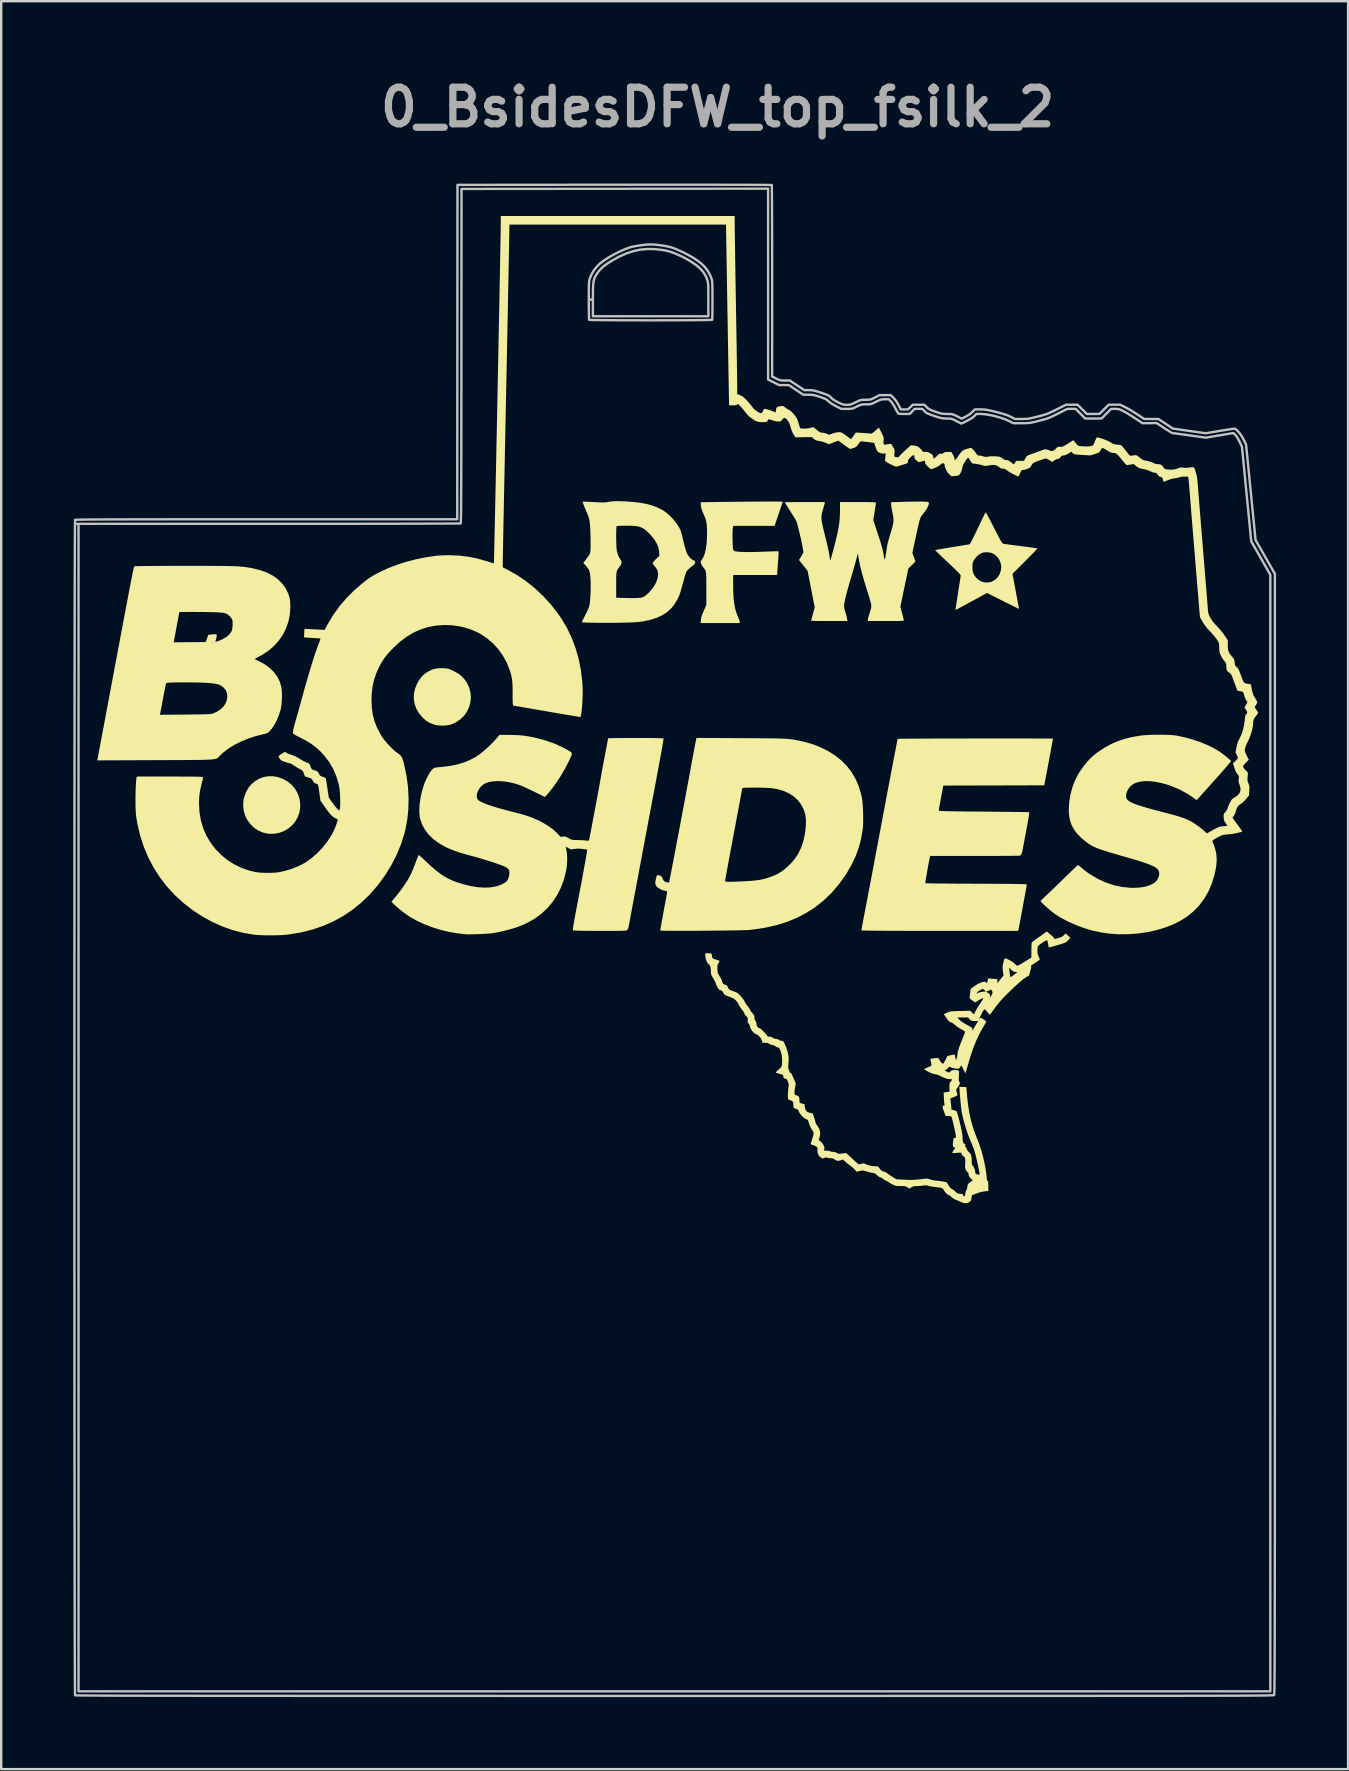
<source format=kicad_pcb>
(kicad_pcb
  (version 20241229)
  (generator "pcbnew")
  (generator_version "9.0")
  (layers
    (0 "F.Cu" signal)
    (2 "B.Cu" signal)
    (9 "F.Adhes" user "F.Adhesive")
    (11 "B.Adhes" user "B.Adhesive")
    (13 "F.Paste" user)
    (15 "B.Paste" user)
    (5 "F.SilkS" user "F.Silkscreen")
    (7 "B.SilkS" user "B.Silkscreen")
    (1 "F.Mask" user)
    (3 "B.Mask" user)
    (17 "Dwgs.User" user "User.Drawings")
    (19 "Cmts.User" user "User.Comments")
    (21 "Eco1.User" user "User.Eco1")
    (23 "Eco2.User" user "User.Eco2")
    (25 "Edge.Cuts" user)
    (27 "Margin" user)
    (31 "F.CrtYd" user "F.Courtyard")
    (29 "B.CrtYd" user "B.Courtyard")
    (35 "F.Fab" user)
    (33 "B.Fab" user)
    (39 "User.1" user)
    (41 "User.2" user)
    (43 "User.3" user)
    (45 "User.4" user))
  (footprint "0_BsidesDFW_top_fsilk_2"
    (layer "F.Cu")
    (at 25.052 36.118)
    (property "Reference" "0_BsidesDFW_top_fsilk_2" (at 1.8 -34.7 0) (layer "F.Fab") (effects (font (size 1.524 1.524) (thickness 0.3))))
    (attr board_only exclude_from_pos_files exclude_from_bom)
    (fp_poly (pts (xy -16.715 -6.823) (xy -16.51 -6.785) (xy -16.305 -6.71) (xy -16.116 -6.602) (xy -15.947 -6.464) (xy -15.81 -6.303) (xy -15.706 -6.124) (xy -15.635 -5.931) (xy -15.597 -5.731) (xy -15.593 -5.528) (xy -15.624 -5.326) (xy -15.69 -5.13) (xy -15.792 -4.946) (xy -15.905 -4.805) (xy -16.072 -4.656) (xy -16.259 -4.543) (xy -16.464 -4.465) (xy -16.679 -4.426) (xy -16.899 -4.426) (xy -16.958 -4.433) (xy -17.166 -4.484) (xy -17.356 -4.569) (xy -17.526 -4.685) (xy -17.672 -4.829) (xy -17.793 -4.995) (xy -17.884 -5.179) (xy -17.945 -5.377) (xy -17.97 -5.586) (xy -17.96 -5.8) (xy -17.933 -5.934) (xy -17.859 -6.147) (xy -17.755 -6.334) (xy -17.624 -6.493) (xy -17.471 -6.623) (xy -17.3 -6.722) (xy -17.114 -6.79) (xy -16.918 -6.824)) (stroke (width 0) (type solid)) (fill yes) (layer "F.SilkS"))
    (fp_poly (pts (xy -9.627 -11.324) (xy -9.529 -11.318) (xy -9.455 -11.308) (xy -9.389 -11.291) (xy -9.317 -11.263) (xy -9.223 -11.219) (xy -9.219 -11.217) (xy -9.121 -11.166) (xy -9.024 -11.109) (xy -8.943 -11.056) (xy -8.913 -11.032) (xy -8.757 -10.876) (xy -8.636 -10.699) (xy -8.549 -10.506) (xy -8.497 -10.302) (xy -8.482 -10.093) (xy -8.505 -9.883) (xy -8.566 -9.677) (xy -8.655 -9.498) (xy -8.781 -9.328) (xy -8.939 -9.181) (xy -9.119 -9.062) (xy -9.288 -8.987) (xy -9.446 -8.949) (xy -9.623 -8.931) (xy -9.802 -8.936) (xy -9.965 -8.963) (xy -9.975 -8.965) (xy -10.126 -9.015) (xy -10.256 -9.078) (xy -10.377 -9.164) (xy -10.504 -9.279) (xy -10.506 -9.282) (xy -10.652 -9.456) (xy -10.76 -9.645) (xy -10.829 -9.846) (xy -10.86 -10.055) (xy -10.852 -10.268) (xy -10.805 -10.482) (xy -10.718 -10.692) (xy -10.634 -10.836) (xy -10.526 -10.978) (xy -10.407 -11.09) (xy -10.263 -11.185) (xy -10.2 -11.218) (xy -10.063 -11.277) (xy -9.925 -11.312) (xy -9.774 -11.326)) (stroke (width 0) (type solid)) (fill yes) (layer "F.SilkS"))
    (fp_poly (pts (xy 4.083 -18.269) (xy 4.232 -18.269) (xy 4.354 -18.268) (xy 4.444 -18.266) (xy 4.498 -18.264) (xy 4.515 -18.262) (xy 4.508 -18.241) (xy 4.49 -18.186) (xy 4.462 -18.104) (xy 4.426 -18) (xy 4.386 -17.881) (xy 4.381 -17.867) (xy 4.336 -17.738) (xy 4.294 -17.615) (xy 4.257 -17.506) (xy 4.228 -17.42) (xy 4.21 -17.368) (xy 4.174 -17.257) (xy 2.451 -17.257) (xy 2.434 -17.167) (xy 2.428 -17.112) (xy 2.424 -17.025) (xy 2.422 -16.914) (xy 2.422 -16.789) (xy 2.423 -16.66) (xy 2.426 -16.535) (xy 2.431 -16.425) (xy 2.437 -16.339) (xy 2.443 -16.287) (xy 2.462 -16.234) (xy 2.497 -16.207) (xy 2.532 -16.197) (xy 2.622 -16.183) (xy 2.75 -16.173) (xy 2.91 -16.167) (xy 3.1 -16.165) (xy 3.313 -16.167) (xy 3.545 -16.173) (xy 3.734 -16.181) (xy 3.888 -16.187) (xy 4.027 -16.192) (xy 4.148 -16.196) (xy 4.243 -16.198) (xy 4.309 -16.198) (xy 4.338 -16.196) (xy 4.339 -16.195) (xy 4.341 -16.171) (xy 4.339 -16.112) (xy 4.335 -16.022) (xy 4.329 -15.909) (xy 4.319 -15.777) (xy 4.313 -15.697) (xy 4.276 -15.21) (xy 2.447 -15.21) (xy 2.447 -14.812) (xy 2.451 -14.524) (xy 2.464 -14.272) (xy 2.487 -14.051) (xy 2.52 -13.856) (xy 2.565 -13.683) (xy 2.621 -13.526) (xy 2.647 -13.466) (xy 2.682 -13.385) (xy 2.708 -13.314) (xy 2.721 -13.264) (xy 2.721 -13.256) (xy 2.721 -13.206) (xy 1.091 -13.206) (xy 1.102 -13.338) (xy 1.114 -13.42) (xy 1.139 -13.511) (xy 1.181 -13.621) (xy 1.221 -13.715) (xy 1.329 -13.959) (xy 1.329 -14.649) (xy 1.329 -14.842) (xy 1.329 -14.998) (xy 1.327 -15.122) (xy 1.323 -15.218) (xy 1.317 -15.292) (xy 1.308 -15.349) (xy 1.294 -15.393) (xy 1.276 -15.43) (xy 1.253 -15.465) (xy 1.223 -15.502) (xy 1.207 -15.522) (xy 1.159 -15.589) (xy 1.12 -15.659) (xy 1.107 -15.689) (xy 1.093 -15.74) (xy 1.096 -15.777) (xy 1.122 -15.819) (xy 1.14 -15.842) (xy 1.208 -15.956) (xy 1.265 -16.106) (xy 1.309 -16.292) (xy 1.339 -16.508) (xy 1.356 -16.753) (xy 1.359 -16.93) (xy 1.357 -17.114) (xy 1.349 -17.264) (xy 1.335 -17.389) (xy 1.312 -17.497) (xy 1.28 -17.596) (xy 1.237 -17.694) (xy 1.226 -17.716) (xy 1.164 -17.858) (xy 1.12 -17.996) (xy 1.099 -18.118) (xy 1.097 -18.154) (xy 1.097 -18.241) (xy 2.094 -18.255) (xy 2.328 -18.258) (xy 2.567 -18.261) (xy 2.808 -18.263) (xy 3.047 -18.265) (xy 3.28 -18.267) (xy 3.504 -18.268) (xy 3.715 -18.269) (xy 3.909 -18.269)) (stroke (width 0) (type solid)) (fill yes) (layer "F.SilkS"))
    (fp_poly (pts (xy 12.982 -17.804) (xy 13.011 -17.753) (xy 13.055 -17.674) (xy 13.112 -17.569) (xy 13.178 -17.444) (xy 13.251 -17.302) (xy 13.317 -17.174) (xy 13.407 -16.998) (xy 13.48 -16.857) (xy 13.539 -16.746) (xy 13.585 -16.661) (xy 13.621 -16.6) (xy 13.649 -16.558) (xy 13.671 -16.531) (xy 13.69 -16.516) (xy 13.707 -16.51) (xy 13.708 -16.51) (xy 13.742 -16.504) (xy 13.813 -16.494) (xy 13.915 -16.481) (xy 14.042 -16.464) (xy 14.189 -16.444) (xy 14.35 -16.424) (xy 14.44 -16.412) (xy 14.604 -16.391) (xy 14.754 -16.371) (xy 14.885 -16.353) (xy 14.993 -16.338) (xy 15.071 -16.326) (xy 15.116 -16.318) (xy 15.125 -16.316) (xy 15.113 -16.299) (xy 15.074 -16.256) (xy 15.012 -16.19) (xy 14.93 -16.105) (xy 14.831 -16.004) (xy 14.719 -15.89) (xy 14.61 -15.781) (xy 14.086 -15.257) (xy 14.223 -14.532) (xy 14.254 -14.363) (xy 14.283 -14.208) (xy 14.308 -14.071) (xy 14.329 -13.957) (xy 14.344 -13.871) (xy 14.353 -13.817) (xy 14.355 -13.801) (xy 14.335 -13.809) (xy 14.283 -13.833) (xy 14.201 -13.872) (xy 14.095 -13.924) (xy 13.968 -13.987) (xy 13.824 -14.058) (xy 13.686 -14.127) (xy 13.022 -14.459) (xy 12.378 -14.107) (xy 12.227 -14.024) (xy 12.088 -13.949) (xy 11.965 -13.883) (xy 11.862 -13.828) (xy 11.784 -13.787) (xy 11.736 -13.762) (xy 11.72 -13.755) (xy 11.714 -13.773) (xy 11.717 -13.817) (xy 11.718 -13.823) (xy 11.725 -13.861) (xy 11.736 -13.935) (xy 11.753 -14.039) (xy 11.772 -14.166) (xy 11.795 -14.312) (xy 11.819 -14.469) (xy 11.824 -14.504) (xy 11.849 -14.662) (xy 11.872 -14.809) (xy 11.892 -14.938) (xy 11.908 -15.044) (xy 11.92 -15.122) (xy 11.927 -15.165) (xy 11.928 -15.169) (xy 11.928 -15.187) (xy 11.919 -15.208) (xy 11.9 -15.237) (xy 11.866 -15.277) (xy 11.815 -15.331) (xy 11.745 -15.401) (xy 11.652 -15.49) (xy 11.609 -15.531) (xy 12.416 -15.531) (xy 12.416 -15.527) (xy 12.426 -15.387) (xy 12.456 -15.272) (xy 12.514 -15.17) (xy 12.591 -15.077) (xy 12.712 -14.979) (xy 12.85 -14.917) (xy 12.997 -14.893) (xy 13.148 -14.908) (xy 13.207 -14.926) (xy 13.343 -14.996) (xy 13.457 -15.099) (xy 13.544 -15.232) (xy 13.599 -15.38) (xy 13.618 -15.536) (xy 13.598 -15.69) (xy 13.542 -15.834) (xy 13.453 -15.961) (xy 13.335 -16.066) (xy 13.298 -16.089) (xy 13.184 -16.135) (xy 13.052 -16.157) (xy 12.918 -16.154) (xy 12.812 -16.128) (xy 12.7 -16.067) (xy 12.593 -15.976) (xy 12.504 -15.866) (xy 12.471 -15.813) (xy 12.443 -15.752) (xy 12.426 -15.694) (xy 12.418 -15.626) (xy 12.416 -15.531) (xy 11.609 -15.531) (xy 11.533 -15.603) (xy 11.401 -15.727) (xy 11.276 -15.845) (xy 11.161 -15.954) (xy 11.06 -16.05) (xy 10.977 -16.131) (xy 10.914 -16.192) (xy 10.876 -16.231) (xy 10.865 -16.244) (xy 10.885 -16.25) (xy 10.942 -16.262) (xy 11.031 -16.279) (xy 11.147 -16.299) (xy 11.286 -16.323) (xy 11.442 -16.349) (xy 11.566 -16.369) (xy 11.734 -16.396) (xy 11.889 -16.421) (xy 12.027 -16.443) (xy 12.142 -16.462) (xy 12.229 -16.477) (xy 12.284 -16.486) (xy 12.299 -16.489) (xy 12.315 -16.51) (xy 12.347 -16.564) (xy 12.392 -16.648) (xy 12.447 -16.757) (xy 12.511 -16.886) (xy 12.582 -17.031) (xy 12.642 -17.157) (xy 12.715 -17.311) (xy 12.783 -17.453) (xy 12.844 -17.578) (xy 12.895 -17.682) (xy 12.934 -17.76) (xy 12.96 -17.807) (xy 12.969 -17.821)) (stroke (width 0) (type solid)) (fill yes) (layer "F.SilkS"))
    (fp_poly (pts (xy 14.047 -8.398) (xy 14.327 -8.398) (xy 14.59 -8.397) (xy 14.834 -8.397) (xy 15.056 -8.396) (xy 15.253 -8.396) (xy 15.423 -8.395) (xy 15.563 -8.394) (xy 15.669 -8.393) (xy 15.739 -8.392) (xy 15.771 -8.391) (xy 15.772 -8.39) (xy 15.769 -8.369) (xy 15.759 -8.311) (xy 15.743 -8.219) (xy 15.721 -8.098) (xy 15.694 -7.952) (xy 15.663 -7.785) (xy 15.629 -7.601) (xy 15.594 -7.415) (xy 15.411 -6.445) (xy 11.205 -6.434) (xy 11.183 -6.324) (xy 11.164 -6.225) (xy 11.142 -6.109) (xy 11.118 -5.983) (xy 11.094 -5.853) (xy 11.07 -5.726) (xy 11.049 -5.611) (xy 11.032 -5.513) (xy 11.019 -5.439) (xy 11.013 -5.398) (xy 11.012 -5.391) (xy 11.02 -5.386) (xy 11.046 -5.382) (xy 11.09 -5.378) (xy 11.157 -5.374) (xy 11.247 -5.371) (xy 11.364 -5.368) (xy 11.509 -5.365) (xy 11.684 -5.362) (xy 11.891 -5.359) (xy 12.134 -5.356) (xy 12.413 -5.353) (xy 12.731 -5.351) (xy 12.882 -5.349) (xy 13.16 -5.347) (xy 13.425 -5.344) (xy 13.676 -5.342) (xy 13.909 -5.339) (xy 14.12 -5.337) (xy 14.308 -5.334) (xy 14.468 -5.332) (xy 14.599 -5.33) (xy 14.695 -5.328) (xy 14.756 -5.326) (xy 14.777 -5.324) (xy 14.782 -5.307) (xy 14.779 -5.261) (xy 14.77 -5.183) (xy 14.752 -5.072) (xy 14.727 -4.925) (xy 14.693 -4.74) (xy 14.669 -4.614) (xy 14.636 -4.441) (xy 14.605 -4.275) (xy 14.577 -4.123) (xy 14.552 -3.99) (xy 14.532 -3.882) (xy 14.519 -3.807) (xy 14.514 -3.779) (xy 14.486 -3.656) (xy 14.451 -3.569) (xy 14.408 -3.521) (xy 14.397 -3.515) (xy 14.372 -3.513) (xy 14.307 -3.511) (xy 14.206 -3.51) (xy 14.072 -3.508) (xy 13.908 -3.506) (xy 13.718 -3.505) (xy 13.504 -3.504) (xy 13.269 -3.503) (xy 13.017 -3.502) (xy 12.75 -3.502) (xy 12.509 -3.502) (xy 10.654 -3.502) (xy 10.644 -3.455) (xy 10.627 -3.375) (xy 10.606 -3.272) (xy 10.584 -3.152) (xy 10.56 -3.021) (xy 10.536 -2.887) (xy 10.513 -2.755) (xy 10.492 -2.633) (xy 10.475 -2.526) (xy 10.462 -2.442) (xy 10.455 -2.386) (xy 10.454 -2.366) (xy 10.477 -2.364) (xy 10.538 -2.362) (xy 10.637 -2.36) (xy 10.769 -2.358) (xy 10.931 -2.356) (xy 11.122 -2.354) (xy 11.338 -2.352) (xy 11.576 -2.35) (xy 11.834 -2.348) (xy 12.108 -2.347) (xy 12.395 -2.346) (xy 12.575 -2.345) (xy 12.926 -2.344) (xy 13.238 -2.343) (xy 13.511 -2.341) (xy 13.749 -2.34) (xy 13.954 -2.338) (xy 14.128 -2.336) (xy 14.274 -2.334) (xy 14.393 -2.332) (xy 14.488 -2.329) (xy 14.562 -2.326) (xy 14.616 -2.323) (xy 14.652 -2.319) (xy 14.674 -2.315) (xy 14.683 -2.31) (xy 14.683 -2.309) (xy 14.679 -2.284) (xy 14.669 -2.222) (xy 14.652 -2.13) (xy 14.631 -2.011) (xy 14.605 -1.871) (xy 14.577 -1.716) (xy 14.546 -1.55) (xy 14.515 -1.378) (xy 14.483 -1.206) (xy 14.452 -1.039) (xy 14.422 -0.882) (xy 14.396 -0.74) (xy 14.372 -0.618) (xy 14.354 -0.521) (xy 14.341 -0.455) (xy 14.335 -0.427) (xy 14.324 -0.38) (xy 11.066 -0.38) (xy 10.655 -0.38) (xy 10.265 -0.38) (xy 9.897 -0.381) (xy 9.553 -0.382) (xy 9.235 -0.383) (xy 8.943 -0.384) (xy 8.681 -0.385) (xy 8.449 -0.387) (xy 8.249 -0.389) (xy 8.084 -0.39) (xy 7.954 -0.393) (xy 7.862 -0.395) (xy 7.809 -0.397) (xy 7.796 -0.399) (xy 7.797 -0.424) (xy 7.806 -0.484) (xy 7.821 -0.576) (xy 7.842 -0.694) (xy 7.867 -0.832) (xy 7.897 -0.985) (xy 7.909 -1.048) (xy 7.927 -1.14) (xy 7.952 -1.271) (xy 7.984 -1.438) (xy 8.022 -1.638) (xy 8.066 -1.868) (xy 8.115 -2.126) (xy 8.169 -2.409) (xy 8.227 -2.714) (xy 8.288 -3.038) (xy 8.352 -3.379) (xy 8.419 -3.733) (xy 8.488 -4.099) (xy 8.558 -4.473) (xy 8.629 -4.852) (xy 8.661 -5.021) (xy 8.73 -5.39) (xy 8.798 -5.748) (xy 8.863 -6.093) (xy 8.925 -6.422) (xy 8.984 -6.733) (xy 9.039 -7.024) (xy 9.09 -7.293) (xy 9.137 -7.538) (xy 9.179 -7.756) (xy 9.216 -7.945) (xy 9.246 -8.103) (xy 9.271 -8.228) (xy 9.289 -8.317) (xy 9.3 -8.369) (xy 9.304 -8.382) (xy 9.325 -8.383) (xy 9.387 -8.385) (xy 9.485 -8.386) (xy 9.616 -8.387) (xy 9.779 -8.389) (xy 9.97 -8.39) (xy 10.187 -8.391) (xy 10.426 -8.392) (xy 10.685 -8.393) (xy 10.961 -8.394) (xy 11.251 -8.394) (xy 11.553 -8.395) (xy 11.864 -8.396) (xy 12.18 -8.396) (xy 12.5 -8.397) (xy 12.82 -8.397) (xy 13.137 -8.397) (xy 13.449 -8.398) (xy 13.753 -8.398)) (stroke (width 0) (type solid)) (fill yes) (layer "F.SilkS"))
    (fp_poly (pts (xy 2.763 -8.411) (xy 3.096 -8.409) (xy 3.389 -8.408) (xy 3.647 -8.406) (xy 3.872 -8.404) (xy 4.067 -8.402) (xy 4.237 -8.399) (xy 4.383 -8.395) (xy 4.509 -8.39) (xy 4.618 -8.385) (xy 4.714 -8.378) (xy 4.799 -8.371) (xy 4.878 -8.362) (xy 4.952 -8.351) (xy 5.025 -8.339) (xy 5.1 -8.324) (xy 5.181 -8.308) (xy 5.212 -8.302) (xy 5.463 -8.245) (xy 5.689 -8.181) (xy 5.906 -8.104) (xy 6.043 -8.048) (xy 6.381 -7.884) (xy 6.685 -7.696) (xy 6.954 -7.484) (xy 7.189 -7.247) (xy 7.389 -6.986) (xy 7.554 -6.7) (xy 7.686 -6.391) (xy 7.783 -6.056) (xy 7.819 -5.876) (xy 7.834 -5.761) (xy 7.847 -5.614) (xy 7.856 -5.445) (xy 7.863 -5.266) (xy 7.865 -5.087) (xy 7.864 -4.917) (xy 7.859 -4.768) (xy 7.85 -4.65) (xy 7.85 -4.65) (xy 7.785 -4.249) (xy 7.687 -3.866) (xy 7.552 -3.494) (xy 7.38 -3.13) (xy 7.169 -2.767) (xy 7.119 -2.69) (xy 6.845 -2.31) (xy 6.547 -1.965) (xy 6.227 -1.655) (xy 5.882 -1.38) (xy 5.513 -1.139) (xy 5.12 -0.932) (xy 4.702 -0.759) (xy 4.259 -0.62) (xy 3.79 -0.514) (xy 3.629 -0.487) (xy 3.498 -0.467) (xy 3.353 -0.447) (xy 3.215 -0.429) (xy 3.133 -0.42) (xy 3.077 -0.416) (xy 2.985 -0.412) (xy 2.862 -0.408) (xy 2.711 -0.405) (xy 2.536 -0.401) (xy 2.341 -0.398) (xy 2.129 -0.395) (xy 1.903 -0.392) (xy 1.668 -0.39) (xy 1.427 -0.388) (xy 1.184 -0.386) (xy 0.943 -0.384) (xy 0.706 -0.383) (xy 0.478 -0.382) (xy 0.263 -0.382) (xy 0.063 -0.382) (xy -0.116 -0.383) (xy -0.272 -0.384) (xy -0.402 -0.386) (xy -0.5 -0.388) (xy -0.564 -0.391) (xy -0.59 -0.394) (xy -0.591 -0.394) (xy -0.587 -0.425) (xy -0.576 -0.492) (xy -0.559 -0.59) (xy -0.537 -0.715) (xy -0.511 -0.861) (xy -0.481 -1.024) (xy -0.449 -1.198) (xy -0.415 -1.379) (xy -0.391 -1.505) (xy -0.365 -1.646) (xy -0.342 -1.772) (xy -0.324 -1.879) (xy -0.311 -1.961) (xy -0.305 -2.011) (xy -0.305 -2.024) (xy -0.331 -2.037) (xy -0.382 -2.049) (xy -0.408 -2.053) (xy -0.475 -2.071) (xy -0.558 -2.105) (xy -0.63 -2.143) (xy -0.721 -2.207) (xy -0.775 -2.275) (xy -0.797 -2.355) (xy -0.791 -2.457) (xy -0.781 -2.505) (xy -0.759 -2.601) (xy -0.741 -2.662) (xy -0.722 -2.695) (xy -0.697 -2.706) (xy -0.66 -2.702) (xy -0.632 -2.695) (xy -0.579 -2.678) (xy -0.544 -2.652) (xy -0.514 -2.605) (xy -0.494 -2.561) (xy -0.453 -2.482) (xy -0.41 -2.435) (xy -0.352 -2.411) (xy -0.296 -2.402) (xy -0.223 -2.394) (xy -0.21 -2.461) (xy 2.11 -2.461) (xy 2.115 -2.445) (xy 2.135 -2.435) (xy 2.179 -2.429) (xy 2.252 -2.427) (xy 2.326 -2.426) (xy 2.42 -2.427) (xy 2.544 -2.431) (xy 2.686 -2.436) (xy 2.834 -2.442) (xy 2.943 -2.448) (xy 3.163 -2.462) (xy 3.35 -2.478) (xy 3.513 -2.5) (xy 3.659 -2.527) (xy 3.798 -2.562) (xy 3.939 -2.606) (xy 3.943 -2.607) (xy 4.152 -2.685) (xy 4.332 -2.772) (xy 4.493 -2.874) (xy 4.631 -2.982) (xy 4.839 -3.176) (xy 5.01 -3.373) (xy 5.149 -3.582) (xy 5.262 -3.808) (xy 5.326 -3.975) (xy 5.384 -4.171) (xy 5.429 -4.38) (xy 5.461 -4.593) (xy 5.478 -4.801) (xy 5.48 -4.993) (xy 5.465 -5.16) (xy 5.456 -5.21) (xy 5.387 -5.436) (xy 5.283 -5.641) (xy 5.146 -5.822) (xy 4.977 -5.978) (xy 4.778 -6.108) (xy 4.55 -6.211) (xy 4.295 -6.286) (xy 4.043 -6.327) (xy 3.961 -6.334) (xy 3.855 -6.34) (xy 3.73 -6.344) (xy 3.594 -6.348) (xy 3.452 -6.349) (xy 3.311 -6.35) (xy 3.177 -6.349) (xy 3.056 -6.347) (xy 2.955 -6.344) (xy 2.879 -6.339) (xy 2.835 -6.333) (xy 2.827 -6.328) (xy 2.823 -6.305) (xy 2.812 -6.243) (xy 2.794 -6.146) (xy 2.77 -6.015) (xy 2.741 -5.855) (xy 2.706 -5.669) (xy 2.667 -5.458) (xy 2.623 -5.227) (xy 2.577 -4.978) (xy 2.527 -4.713) (xy 2.475 -4.437) (xy 2.468 -4.401) (xy 2.416 -4.123) (xy 2.366 -3.856) (xy 2.319 -3.604) (xy 2.275 -3.369) (xy 2.235 -3.155) (xy 2.2 -2.964) (xy 2.17 -2.799) (xy 2.145 -2.663) (xy 2.126 -2.56) (xy 2.114 -2.492) (xy 2.11 -2.462) (xy 2.11 -2.461) (xy -0.21 -2.461) (xy -0.121 -2.911) (xy -0.087 -3.089) (xy -0.046 -3.303) (xy 0.002 -3.549) (xy 0.054 -3.821) (xy 0.109 -4.116) (xy 0.169 -4.428) (xy 0.23 -4.752) (xy 0.292 -5.084) (xy 0.355 -5.418) (xy 0.417 -5.75) (xy 0.477 -6.074) (xy 0.535 -6.387) (xy 0.59 -6.683) (xy 0.632 -6.909) (xy 0.671 -7.122) (xy 0.709 -7.33) (xy 0.746 -7.528) (xy 0.78 -7.71) (xy 0.81 -7.872) (xy 0.836 -8.008) (xy 0.856 -8.114) (xy 0.869 -8.182) (xy 0.917 -8.42)) (stroke (width 0) (type solid)) (fill yes) (layer "F.SilkS"))
    (fp_poly (pts (xy -2.233 -18.284) (xy -2.037 -18.276) (xy -1.956 -18.271) (xy -1.658 -18.247) (xy -1.396 -18.213) (xy -1.163 -18.169) (xy -0.953 -18.113) (xy -0.759 -18.043) (xy -0.576 -17.957) (xy -0.475 -17.902) (xy -0.34 -17.809) (xy -0.201 -17.689) (xy -0.067 -17.551) (xy 0.056 -17.402) (xy 0.16 -17.252) (xy 0.238 -17.109) (xy 0.264 -17.045) (xy 0.28 -16.993) (xy 0.303 -16.909) (xy 0.33 -16.802) (xy 0.36 -16.681) (xy 0.38 -16.596) (xy 0.411 -16.469) (xy 0.444 -16.346) (xy 0.476 -16.239) (xy 0.503 -16.156) (xy 0.517 -16.121) (xy 0.58 -16.011) (xy 0.657 -15.917) (xy 0.739 -15.848) (xy 0.795 -15.821) (xy 0.844 -15.798) (xy 0.863 -15.765) (xy 0.865 -15.737) (xy 0.86 -15.704) (xy 0.84 -15.671) (xy 0.801 -15.631) (xy 0.735 -15.576) (xy 0.697 -15.546) (xy 0.616 -15.479) (xy 0.549 -15.414) (xy 0.505 -15.362) (xy 0.497 -15.346) (xy 0.481 -15.304) (xy 0.456 -15.229) (xy 0.426 -15.128) (xy 0.393 -15.011) (xy 0.36 -14.89) (xy 0.316 -14.731) (xy 0.281 -14.605) (xy 0.252 -14.506) (xy 0.226 -14.427) (xy 0.202 -14.36) (xy 0.175 -14.298) (xy 0.145 -14.235) (xy 0.126 -14.197) (xy 0.005 -13.991) (xy -0.139 -13.812) (xy -0.309 -13.66) (xy -0.506 -13.532) (xy -0.732 -13.427) (xy -0.991 -13.344) (xy -1.284 -13.281) (xy -1.444 -13.257) (xy -1.536 -13.248) (xy -1.666 -13.239) (xy -1.826 -13.232) (xy -2.013 -13.226) (xy -2.221 -13.222) (xy -2.445 -13.218) (xy -2.68 -13.216) (xy -2.919 -13.216) (xy -3.159 -13.217) (xy -3.393 -13.22) (xy -3.444 -13.221) (xy -3.571 -13.223) (xy -3.683 -13.227) (xy -3.773 -13.231) (xy -3.834 -13.235) (xy -3.86 -13.238) (xy -3.861 -13.239) (xy -3.852 -13.26) (xy -3.827 -13.313) (xy -3.789 -13.39) (xy -3.742 -13.486) (xy -3.703 -13.563) (xy -3.643 -13.685) (xy -3.599 -13.779) (xy -3.569 -13.853) (xy -3.549 -13.917) (xy -3.535 -13.98) (xy -3.526 -14.05) (xy -3.525 -14.054) (xy -3.507 -14.237) (xy -3.496 -14.428) (xy -3.489 -14.619) (xy -3.489 -14.805) (xy -3.494 -14.979) (xy -3.504 -15.134) (xy -3.519 -15.264) (xy -3.539 -15.364) (xy -3.556 -15.41) (xy -3.59 -15.467) (xy -3.642 -15.537) (xy -3.695 -15.6) (xy -3.796 -15.711) (xy -3.679 -15.867) (xy -3.621 -15.944) (xy -3.576 -16.005) (xy -3.544 -16.059) (xy -3.521 -16.112) (xy -3.506 -16.171) (xy -3.498 -16.244) (xy -3.494 -16.337) (xy -3.493 -16.457) (xy -3.494 -16.612) (xy -3.494 -16.624) (xy -3.496 -16.779) (xy -3.497 -16.836) (xy -2.427 -16.836) (xy -2.426 -16.704) (xy -2.423 -16.573) (xy -2.418 -16.448) (xy -2.412 -16.338) (xy -2.404 -16.248) (xy -2.395 -16.187) (xy -2.394 -16.186) (xy -2.336 -16.007) (xy -2.253 -15.851) (xy -2.231 -15.819) (xy -2.204 -15.764) (xy -2.204 -15.704) (xy -2.235 -15.631) (xy -2.296 -15.539) (xy -2.298 -15.537) (xy -2.336 -15.486) (xy -2.366 -15.443) (xy -2.388 -15.402) (xy -2.404 -15.356) (xy -2.415 -15.3) (xy -2.421 -15.227) (xy -2.425 -15.132) (xy -2.426 -15.008) (xy -2.426 -14.85) (xy -2.426 -14.801) (xy -2.426 -14.263) (xy -2.199 -14.255) (xy -1.948 -14.248) (xy -1.737 -14.247) (xy -1.566 -14.251) (xy -1.436 -14.261) (xy -1.344 -14.276) (xy -1.301 -14.291) (xy -1.194 -14.359) (xy -1.082 -14.458) (xy -0.972 -14.578) (xy -0.871 -14.711) (xy -0.789 -14.846) (xy -0.749 -14.932) (xy -0.696 -15.098) (xy -0.68 -15.246) (xy -0.7 -15.378) (xy -0.759 -15.496) (xy -0.816 -15.566) (xy -0.864 -15.622) (xy -0.897 -15.672) (xy -0.907 -15.701) (xy -0.893 -15.732) (xy -0.854 -15.783) (xy -0.797 -15.844) (xy -0.767 -15.874) (xy -0.627 -16.008) (xy -0.637 -16.173) (xy -0.665 -16.343) (xy -0.731 -16.512) (xy -0.835 -16.685) (xy -0.978 -16.862) (xy -1.053 -16.941) (xy -1.153 -17.037) (xy -1.245 -17.113) (xy -1.336 -17.17) (xy -1.434 -17.211) (xy -1.545 -17.238) (xy -1.678 -17.254) (xy -1.838 -17.261) (xy -2.008 -17.262) (xy -2.13 -17.261) (xy -2.238 -17.259) (xy -2.325 -17.255) (xy -2.383 -17.251) (xy -2.404 -17.247) (xy -2.413 -17.221) (xy -2.419 -17.16) (xy -2.424 -17.071) (xy -2.427 -16.96) (xy -2.427 -16.836) (xy -3.497 -16.836) (xy -3.5 -16.937) (xy -3.505 -17.087) (xy -3.512 -17.218) (xy -3.52 -17.319) (xy -3.522 -17.335) (xy -3.532 -17.425) (xy -3.545 -17.5) (xy -3.561 -17.57) (xy -3.585 -17.645) (xy -3.618 -17.734) (xy -3.665 -17.847) (xy -3.693 -17.914) (xy -3.74 -18.025) (xy -3.779 -18.122) (xy -3.809 -18.198) (xy -3.826 -18.248) (xy -3.83 -18.265) (xy -3.807 -18.266) (xy -3.749 -18.265) (xy -3.66 -18.262) (xy -3.549 -18.257) (xy -3.42 -18.251) (xy -3.37 -18.248) (xy -3.208 -18.239) (xy -3.081 -18.234) (xy -2.983 -18.232) (xy -2.905 -18.234) (xy -2.842 -18.239) (xy -2.786 -18.248) (xy -2.783 -18.249) (xy -2.665 -18.269) (xy -2.539 -18.281) (xy -2.398 -18.286)) (stroke (width 0) (type solid)) (fill yes) (layer "F.SilkS"))
    (fp_poly (pts (xy 10.308 -18.269) (xy 10.422 -18.265) (xy 10.505 -18.259) (xy 10.557 -18.25) (xy 10.579 -18.241) (xy 10.6 -18.222) (xy 10.607 -18.2) (xy 10.599 -18.16) (xy 10.581 -18.104) (xy 10.549 -18.031) (xy 10.5 -17.945) (xy 10.446 -17.867) (xy 10.388 -17.791) (xy 10.331 -17.716) (xy 10.287 -17.658) (xy 10.27 -17.632) (xy 10.253 -17.599) (xy 10.237 -17.555) (xy 10.218 -17.494) (xy 10.196 -17.414) (xy 10.171 -17.309) (xy 10.14 -17.174) (xy 10.103 -17.006) (xy 10.07 -16.855) (xy 9.914 -16.132) (xy 10.044 -15.772) (xy 9.895 -15.623) (xy 9.746 -15.473) (xy 9.579 -14.676) (xy 9.413 -13.88) (xy 9.485 -13.623) (xy 9.512 -13.521) (xy 9.535 -13.433) (xy 9.55 -13.365) (xy 9.556 -13.329) (xy 9.556 -13.328) (xy 9.554 -13.318) (xy 9.545 -13.31) (xy 9.524 -13.304) (xy 9.488 -13.299) (xy 9.432 -13.296) (xy 9.353 -13.293) (xy 9.246 -13.292) (xy 9.107 -13.291) (xy 8.933 -13.291) (xy 8.808 -13.291) (xy 8.059 -13.291) (xy 8.059 -13.345) (xy 8.065 -13.386) (xy 8.083 -13.457) (xy 8.109 -13.546) (xy 8.133 -13.619) (xy 8.163 -13.719) (xy 8.188 -13.812) (xy 8.203 -13.887) (xy 8.206 -13.923) (xy 8.2 -13.965) (xy 8.182 -14.041) (xy 8.155 -14.145) (xy 8.119 -14.271) (xy 8.076 -14.413) (xy 8.029 -14.564) (xy 8.027 -14.571) (xy 7.945 -14.833) (xy 7.877 -15.061) (xy 7.82 -15.262) (xy 7.773 -15.442) (xy 7.734 -15.607) (xy 7.702 -15.764) (xy 7.682 -15.875) (xy 7.643 -16.107) (xy 7.617 -16.012) (xy 7.572 -15.843) (xy 7.533 -15.699) (xy 7.497 -15.568) (xy 7.459 -15.436) (xy 7.417 -15.292) (xy 7.367 -15.123) (xy 7.351 -15.072) (xy 7.279 -14.826) (xy 7.216 -14.602) (xy 7.163 -14.403) (xy 7.121 -14.231) (xy 7.09 -14.091) (xy 7.072 -13.985) (xy 7.067 -13.923) (xy 7.074 -13.854) (xy 7.093 -13.764) (xy 7.119 -13.673) (xy 7.121 -13.669) (xy 7.15 -13.575) (xy 7.175 -13.479) (xy 7.191 -13.402) (xy 7.191 -13.401) (xy 7.209 -13.291) (xy 6.452 -13.291) (xy 6.278 -13.291) (xy 6.119 -13.292) (xy 5.978 -13.294) (xy 5.86 -13.296) (xy 5.771 -13.299) (xy 5.715 -13.301) (xy 5.696 -13.304) (xy 5.701 -13.329) (xy 5.716 -13.386) (xy 5.738 -13.468) (xy 5.764 -13.566) (xy 5.771 -13.59) (xy 5.846 -13.862) (xy 5.814 -14.025) (xy 5.801 -14.089) (xy 5.782 -14.187) (xy 5.758 -14.312) (xy 5.729 -14.457) (xy 5.699 -14.614) (xy 5.667 -14.777) (xy 5.665 -14.785) (xy 5.549 -15.382) (xy 5.371 -15.607) (xy 5.192 -15.833) (xy 5.237 -15.907) (xy 5.277 -15.975) (xy 5.32 -16.05) (xy 5.329 -16.065) (xy 5.377 -16.149) (xy 5.336 -16.392) (xy 5.316 -16.499) (xy 5.29 -16.626) (xy 5.259 -16.766) (xy 5.225 -16.91) (xy 5.191 -17.052) (xy 5.157 -17.185) (xy 5.126 -17.302) (xy 5.099 -17.395) (xy 5.078 -17.457) (xy 5.071 -17.473) (xy 5.05 -17.509) (xy 5.011 -17.575) (xy 4.957 -17.663) (xy 4.892 -17.766) (xy 4.822 -17.878) (xy 4.819 -17.882) (xy 4.751 -17.989) (xy 4.692 -18.084) (xy 4.645 -18.161) (xy 4.612 -18.214) (xy 4.599 -18.238) (xy 4.599 -18.239) (xy 4.619 -18.241) (xy 4.677 -18.243) (xy 4.769 -18.245) (xy 4.889 -18.246) (xy 5.033 -18.247) (xy 5.197 -18.248) (xy 5.376 -18.248) (xy 5.434 -18.248) (xy 6.269 -18.248) (xy 6.255 -18.18) (xy 6.242 -18.127) (xy 6.221 -18.049) (xy 6.196 -17.96) (xy 6.189 -17.939) (xy 6.164 -17.851) (xy 6.144 -17.774) (xy 6.132 -17.702) (xy 6.126 -17.63) (xy 6.127 -17.551) (xy 6.137 -17.462) (xy 6.155 -17.357) (xy 6.182 -17.229) (xy 6.219 -17.075) (xy 6.265 -16.888) (xy 6.297 -16.761) (xy 6.346 -16.561) (xy 6.389 -16.375) (xy 6.425 -16.209) (xy 6.452 -16.067) (xy 6.469 -15.955) (xy 6.476 -15.878) (xy 6.477 -15.871) (xy 6.479 -15.833) (xy 6.487 -15.825) (xy 6.502 -15.849) (xy 6.523 -15.907) (xy 6.552 -16.001) (xy 6.588 -16.132) (xy 6.634 -16.302) (xy 6.64 -16.323) (xy 6.705 -16.58) (xy 6.76 -16.802) (xy 6.803 -16.998) (xy 6.837 -17.172) (xy 6.862 -17.332) (xy 6.88 -17.485) (xy 6.891 -17.636) (xy 6.897 -17.792) (xy 6.899 -17.933) (xy 6.899 -18.248) (xy 7.647 -18.248) (xy 7.854 -18.248) (xy 8.021 -18.247) (xy 8.153 -18.245) (xy 8.253 -18.242) (xy 8.324 -18.239) (xy 8.369 -18.234) (xy 8.392 -18.227) (xy 8.397 -18.222) (xy 8.394 -18.193) (xy 8.385 -18.13) (xy 8.372 -18.041) (xy 8.355 -17.932) (xy 8.342 -17.846) (xy 8.287 -17.496) (xy 8.456 -16.981) (xy 8.528 -16.762) (xy 8.586 -16.578) (xy 8.632 -16.424) (xy 8.668 -16.294) (xy 8.694 -16.185) (xy 8.713 -16.091) (xy 8.725 -16.007) (xy 8.727 -15.992) (xy 8.736 -15.925) (xy 8.747 -15.879) (xy 8.756 -15.864) (xy 8.767 -15.871) (xy 8.777 -15.894) (xy 8.787 -15.938) (xy 8.8 -16.01) (xy 8.816 -16.114) (xy 8.83 -16.212) (xy 8.844 -16.311) (xy 8.858 -16.398) (xy 8.875 -16.481) (xy 8.896 -16.569) (xy 8.923 -16.669) (xy 8.957 -16.789) (xy 9.003 -16.94) (xy 9.019 -16.993) (xy 9.065 -17.147) (xy 9.098 -17.272) (xy 9.118 -17.375) (xy 9.127 -17.467) (xy 9.125 -17.558) (xy 9.112 -17.656) (xy 9.091 -17.771) (xy 9.084 -17.805) (xy 9.063 -17.914) (xy 9.045 -18.016) (xy 9.034 -18.101) (xy 9.029 -18.155) (xy 9.029 -18.242) (xy 9.488 -18.255) (xy 9.751 -18.263) (xy 9.974 -18.267) (xy 10.159 -18.269)) (stroke (width 0) (type solid)) (fill yes) (layer "F.SilkS"))
    (fp_poly (pts (xy -20.036 -15.59) (xy -19.712 -15.59) (xy -19.424 -15.589) (xy -19.169 -15.588) (xy -18.945 -15.587) (xy -18.749 -15.585) (xy -18.577 -15.582) (xy -18.428 -15.578) (xy -18.297 -15.573) (xy -18.182 -15.568) (xy -18.08 -15.561) (xy -17.988 -15.553) (xy -17.904 -15.543) (xy -17.824 -15.532) (xy -17.745 -15.519) (xy -17.665 -15.505) (xy -17.58 -15.489) (xy -17.558 -15.484) (xy -17.25 -15.408) (xy -16.973 -15.306) (xy -16.73 -15.179) (xy -16.519 -15.028) (xy -16.342 -14.852) (xy -16.199 -14.654) (xy -16.091 -14.432) (xy -16.041 -14.282) (xy -16.021 -14.184) (xy -16.009 -14.065) (xy -16.004 -13.916) (xy -16.004 -13.881) (xy -16.024 -13.571) (xy -16.083 -13.272) (xy -16.18 -12.989) (xy -16.314 -12.722) (xy -16.483 -12.476) (xy -16.685 -12.251) (xy -16.92 -12.05) (xy -17.185 -11.877) (xy -17.315 -11.807) (xy -17.391 -11.768) (xy -17.45 -11.735) (xy -17.483 -11.714) (xy -17.488 -11.709) (xy -17.47 -11.696) (xy -17.422 -11.67) (xy -17.354 -11.637) (xy -17.325 -11.624) (xy -17.084 -11.496) (xy -16.874 -11.344) (xy -16.696 -11.171) (xy -16.553 -10.98) (xy -16.447 -10.771) (xy -16.379 -10.548) (xy -16.362 -10.428) (xy -16.354 -10.279) (xy -16.353 -10.114) (xy -16.361 -9.946) (xy -16.375 -9.787) (xy -16.397 -9.649) (xy -16.41 -9.595) (xy -16.476 -9.384) (xy -16.558 -9.181) (xy -16.653 -8.995) (xy -16.756 -8.833) (xy -16.856 -8.711) (xy -16.908 -8.66) (xy -16.954 -8.627) (xy -17.009 -8.604) (xy -17.086 -8.585) (xy -17.12 -8.577) (xy -17.444 -8.497) (xy -17.758 -8.394) (xy -18.055 -8.272) (xy -18.331 -8.133) (xy -18.58 -7.98) (xy -18.797 -7.814) (xy -18.934 -7.685) (xy -18.959 -7.658) (xy -18.98 -7.634) (xy -19 -7.612) (xy -19.021 -7.593) (xy -19.045 -7.576) (xy -19.075 -7.562) (xy -19.113 -7.549) (xy -19.162 -7.538) (xy -19.223 -7.529) (xy -19.299 -7.522) (xy -19.393 -7.516) (xy -19.506 -7.511) (xy -19.641 -7.507) (xy -19.801 -7.504) (xy -19.988 -7.502) (xy -20.204 -7.5) (xy -20.451 -7.498) (xy -20.732 -7.497) (xy -21.049 -7.496) (xy -21.405 -7.495) (xy -21.63 -7.494) (xy -24.052 -7.484) (xy -24.04 -7.534) (xy -24.035 -7.561) (xy -24.022 -7.627) (xy -24.003 -7.729) (xy -23.978 -7.864) (xy -23.946 -8.029) (xy -23.91 -8.223) (xy -23.869 -8.441) (xy -23.823 -8.682) (xy -23.774 -8.942) (xy -23.722 -9.218) (xy -23.691 -9.384) (xy -21.439 -9.384) (xy -20.387 -9.393) (xy -20.142 -9.396) (xy -19.935 -9.398) (xy -19.763 -9.401) (xy -19.622 -9.404) (xy -19.509 -9.407) (xy -19.42 -9.411) (xy -19.352 -9.416) (xy -19.301 -9.422) (xy -19.264 -9.428) (xy -19.237 -9.436) (xy -19.069 -9.509) (xy -18.92 -9.605) (xy -18.798 -9.72) (xy -18.709 -9.846) (xy -18.702 -9.861) (xy -18.646 -10.014) (xy -18.63 -10.163) (xy -18.65 -10.301) (xy -18.707 -10.426) (xy -18.797 -10.531) (xy -18.919 -10.614) (xy -19.018 -10.654) (xy -19.115 -10.676) (xy -19.251 -10.695) (xy -19.426 -10.71) (xy -19.637 -10.722) (xy -19.882 -10.73) (xy -20.16 -10.734) (xy -20.468 -10.734) (xy -20.598 -10.733) (xy -20.771 -10.731) (xy -20.907 -10.729) (xy -21.009 -10.726) (xy -21.083 -10.721) (xy -21.133 -10.716) (xy -21.163 -10.709) (xy -21.179 -10.7) (xy -21.182 -10.696) (xy -21.19 -10.668) (xy -21.204 -10.603) (xy -21.223 -10.509) (xy -21.247 -10.389) (xy -21.274 -10.251) (xy -21.302 -10.099) (xy -21.307 -10.074) (xy -21.336 -9.919) (xy -21.362 -9.776) (xy -21.386 -9.65) (xy -21.405 -9.548) (xy -21.419 -9.474) (xy -21.427 -9.436) (xy -21.428 -9.433) (xy -21.439 -9.384) (xy -23.691 -9.384) (xy -23.668 -9.509) (xy -23.611 -9.811) (xy -23.608 -9.831) (xy -23.499 -10.41) (xy -23.398 -10.949) (xy -23.304 -11.449) (xy -23.217 -11.913) (xy -23.137 -12.34) (xy -23.125 -12.404) (xy -20.868 -12.404) (xy -20.198 -12.41) (xy -19.529 -12.415) (xy -19.528 -12.419) (xy -19.275 -12.419) (xy -19.272 -12.406) (xy -19.261 -12.405) (xy -19.244 -12.412) (xy -19.247 -12.419) (xy -19.272 -12.421) (xy -19.275 -12.419) (xy -19.528 -12.419) (xy -19.475 -12.566) (xy -19.421 -12.716) (xy -19.315 -12.729) (xy -19.236 -12.737) (xy -19.163 -12.741) (xy -19.14 -12.742) (xy -19.093 -12.738) (xy -19.074 -12.717) (xy -19.072 -12.674) (xy -19.08 -12.608) (xy -19.099 -12.533) (xy -19.103 -12.521) (xy -19.119 -12.468) (xy -19.125 -12.434) (xy -19.124 -12.43) (xy -19.098 -12.43) (xy -19.041 -12.446) (xy -18.961 -12.476) (xy -18.866 -12.517) (xy -18.803 -12.547) (xy -18.665 -12.629) (xy -18.551 -12.729) (xy -18.467 -12.84) (xy -18.444 -12.886) (xy -18.426 -12.953) (xy -18.413 -13.046) (xy -18.408 -13.15) (xy -18.41 -13.249) (xy -18.42 -13.328) (xy -18.423 -13.338) (xy -18.459 -13.41) (xy -18.522 -13.487) (xy -18.601 -13.555) (xy -18.658 -13.591) (xy -18.705 -13.611) (xy -18.763 -13.626) (xy -18.841 -13.637) (xy -18.948 -13.646) (xy -19.029 -13.652) (xy -19.118 -13.656) (xy -19.233 -13.659) (xy -19.368 -13.662) (xy -19.518 -13.665) (xy -19.677 -13.667) (xy -19.84 -13.668) (xy -20.001 -13.669) (xy -20.155 -13.669) (xy -20.297 -13.669) (xy -20.42 -13.667) (xy -20.52 -13.666) (xy -20.592 -13.663) (xy -20.628 -13.66) (xy -20.632 -13.658) (xy -20.636 -13.635) (xy -20.646 -13.578) (xy -20.662 -13.491) (xy -20.682 -13.382) (xy -20.705 -13.258) (xy -20.73 -13.123) (xy -20.756 -12.986) (xy -20.781 -12.852) (xy -20.805 -12.728) (xy -20.825 -12.619) (xy -20.841 -12.534) (xy -20.853 -12.477) (xy -20.855 -12.462) (xy -20.868 -12.404) (xy -23.125 -12.404) (xy -23.063 -12.733) (xy -22.995 -13.093) (xy -22.933 -13.422) (xy -22.876 -13.721) (xy -22.825 -13.99) (xy -22.779 -14.233) (xy -22.738 -14.45) (xy -22.701 -14.642) (xy -22.669 -14.812) (xy -22.64 -14.96) (xy -22.615 -15.088) (xy -22.593 -15.197) (xy -22.575 -15.289) (xy -22.559 -15.365) (xy -22.546 -15.426) (xy -22.535 -15.475) (xy -22.526 -15.512) (xy -22.519 -15.538) (xy -22.513 -15.557) (xy -22.509 -15.567) (xy -22.505 -15.572) (xy -22.505 -15.572) (xy -22.481 -15.575) (xy -22.417 -15.577) (xy -22.317 -15.579) (xy -22.183 -15.581) (xy -22.019 -15.583) (xy -21.827 -15.585) (xy -21.61 -15.586) (xy -21.371 -15.588) (xy -21.113 -15.589) (xy -20.839 -15.589) (xy -20.552 -15.59) (xy -20.4 -15.59)) (stroke (width 0) (type solid)) (fill yes) (layer "F.SilkS"))
    (fp_poly (pts (xy -6.895 -8.546) (xy -6.702 -8.543) (xy -6.539 -8.537) (xy -6.395 -8.527) (xy -6.257 -8.512) (xy -6.114 -8.49) (xy -5.953 -8.461) (xy -5.851 -8.44) (xy -5.427 -8.334) (xy -5.027 -8.196) (xy -4.652 -8.026) (xy -4.455 -7.918) (xy -4.381 -7.875) (xy -4.326 -7.841) (xy -4.292 -7.809) (xy -4.277 -7.772) (xy -4.28 -7.726) (xy -4.302 -7.661) (xy -4.341 -7.574) (xy -4.398 -7.456) (xy -4.419 -7.411) (xy -4.556 -7.145) (xy -4.711 -6.877) (xy -4.878 -6.616) (xy -5.05 -6.372) (xy -5.222 -6.155) (xy -5.301 -6.064) (xy -5.396 -5.96) (xy -5.836 -6.175) (xy -5.972 -6.241) (xy -6.104 -6.303) (xy -6.225 -6.36) (xy -6.327 -6.405) (xy -6.403 -6.437) (xy -6.424 -6.446) (xy -6.661 -6.522) (xy -6.9 -6.577) (xy -7.134 -6.611) (xy -7.357 -6.622) (xy -7.562 -6.611) (xy -7.744 -6.577) (xy -7.882 -6.527) (xy -7.988 -6.461) (xy -8.08 -6.373) (xy -8.154 -6.27) (xy -8.207 -6.16) (xy -8.235 -6.05) (xy -8.235 -5.949) (xy -8.203 -5.862) (xy -8.202 -5.861) (xy -8.153 -5.813) (xy -8.064 -5.76) (xy -7.938 -5.702) (xy -7.776 -5.64) (xy -7.582 -5.573) (xy -7.356 -5.504) (xy -7.101 -5.433) (xy -6.846 -5.367) (xy -6.695 -5.328) (xy -6.54 -5.288) (xy -6.394 -5.248) (xy -6.266 -5.212) (xy -6.166 -5.182) (xy -6.15 -5.177) (xy -5.906 -5.089) (xy -5.668 -4.983) (xy -5.441 -4.864) (xy -5.233 -4.735) (xy -5.051 -4.602) (xy -4.903 -4.467) (xy -4.886 -4.449) (xy -4.746 -4.298) (xy -4.649 -4.311) (xy -4.594 -4.316) (xy -4.547 -4.309) (xy -4.492 -4.288) (xy -4.417 -4.248) (xy -4.412 -4.246) (xy -4.342 -4.207) (xy -4.287 -4.184) (xy -4.232 -4.172) (xy -4.162 -4.167) (xy -4.082 -4.167) (xy -3.97 -4.164) (xy -3.848 -4.158) (xy -3.741 -4.149) (xy -3.729 -4.148) (xy -3.644 -4.139) (xy -3.592 -4.139) (xy -3.566 -4.146) (xy -3.557 -4.158) (xy -3.551 -4.188) (xy -3.537 -4.255) (xy -3.518 -4.354) (xy -3.493 -4.481) (xy -3.464 -4.633) (xy -3.432 -4.803) (xy -3.397 -4.988) (xy -3.36 -5.184) (xy -3.322 -5.386) (xy -3.284 -5.589) (xy -3.246 -5.79) (xy -3.21 -5.983) (xy -3.177 -6.164) (xy -3.146 -6.329) (xy -3.12 -6.474) (xy -3.099 -6.593) (xy -3.083 -6.683) (xy -3.08 -6.698) (xy -3.059 -6.82) (xy -3.031 -6.973) (xy -2.999 -7.149) (xy -2.964 -7.338) (xy -2.928 -7.53) (xy -2.893 -7.715) (xy -2.889 -7.734) (xy -2.859 -7.895) (xy -2.831 -8.043) (xy -2.806 -8.172) (xy -2.787 -8.277) (xy -2.772 -8.354) (xy -2.765 -8.397) (xy -2.764 -8.404) (xy -2.743 -8.407) (xy -2.684 -8.409) (xy -2.591 -8.411) (xy -2.467 -8.413) (xy -2.316 -8.415) (xy -2.142 -8.416) (xy -1.949 -8.417) (xy -1.74 -8.417) (xy -1.613 -8.417) (xy -1.354 -8.417) (xy -1.134 -8.417) (xy -0.951 -8.416) (xy -0.802 -8.414) (xy -0.683 -8.412) (xy -0.592 -8.409) (xy -0.527 -8.405) (xy -0.483 -8.401) (xy -0.459 -8.395) (xy -0.452 -8.39) (xy -0.455 -8.366) (xy -0.464 -8.303) (xy -0.48 -8.205) (xy -0.502 -8.076) (xy -0.53 -7.919) (xy -0.563 -7.737) (xy -0.6 -7.533) (xy -0.641 -7.311) (xy -0.685 -7.075) (xy -0.728 -6.845) (xy -0.758 -6.684) (xy -0.794 -6.493) (xy -0.835 -6.276) (xy -0.88 -6.035) (xy -0.93 -5.772) (xy -0.982 -5.492) (xy -1.038 -5.196) (xy -1.096 -4.888) (xy -1.155 -4.571) (xy -1.216 -4.247) (xy -1.278 -3.919) (xy -1.339 -3.591) (xy -1.4 -3.264) (xy -1.461 -2.943) (xy -1.519 -2.629) (xy -1.576 -2.327) (xy -1.63 -2.037) (xy -1.682 -1.765) (xy -1.729 -1.511) (xy -1.772 -1.28) (xy -1.811 -1.074) (xy -1.844 -0.896) (xy -1.872 -0.749) (xy -1.893 -0.636) (xy -1.907 -0.559) (xy -1.912 -0.53) (xy -1.933 -0.468) (xy -1.965 -0.419) (xy -1.965 -0.419) (xy -1.975 -0.41) (xy -1.99 -0.403) (xy -2.013 -0.397) (xy -2.047 -0.392) (xy -2.096 -0.388) (xy -2.163 -0.385) (xy -2.252 -0.383) (xy -2.366 -0.382) (xy -2.509 -0.381) (xy -2.685 -0.38) (xy -2.896 -0.38) (xy -3.096 -0.38) (xy -3.325 -0.38) (xy -3.536 -0.382) (xy -3.724 -0.383) (xy -3.887 -0.386) (xy -4.022 -0.389) (xy -4.124 -0.392) (xy -4.191 -0.396) (xy -4.218 -0.4) (xy -4.219 -0.4) (xy -4.224 -0.406) (xy -4.228 -0.416) (xy -4.23 -0.433) (xy -4.229 -0.461) (xy -4.225 -0.501) (xy -4.218 -0.556) (xy -4.206 -0.63) (xy -4.19 -0.724) (xy -4.169 -0.841) (xy -4.143 -0.984) (xy -4.111 -1.155) (xy -4.073 -1.358) (xy -4.028 -1.594) (xy -3.976 -1.867) (xy -3.924 -2.141) (xy -3.889 -2.322) (xy -3.854 -2.509) (xy -3.819 -2.698) (xy -3.785 -2.886) (xy -3.752 -3.067) (xy -3.721 -3.236) (xy -3.694 -3.39) (xy -3.671 -3.523) (xy -3.652 -3.632) (xy -3.639 -3.711) (xy -3.633 -3.756) (xy -3.633 -3.764) (xy -3.655 -3.769) (xy -3.71 -3.777) (xy -3.787 -3.788) (xy -3.833 -3.794) (xy -3.955 -3.806) (xy -4.054 -3.807) (xy -4.15 -3.797) (xy -4.171 -3.794) (xy -4.249 -3.782) (xy -4.301 -3.779) (xy -4.342 -3.789) (xy -4.39 -3.813) (xy -4.416 -3.828) (xy -4.473 -3.859) (xy -4.512 -3.877) (xy -4.525 -3.879) (xy -4.524 -3.856) (xy -4.515 -3.804) (xy -4.501 -3.744) (xy -4.48 -3.62) (xy -4.47 -3.467) (xy -4.47 -3.297) (xy -4.48 -3.123) (xy -4.5 -2.956) (xy -4.512 -2.888) (xy -4.605 -2.521) (xy -4.731 -2.18) (xy -4.891 -1.864) (xy -5.083 -1.575) (xy -5.306 -1.313) (xy -5.562 -1.079) (xy -5.848 -0.874) (xy -6.165 -0.697) (xy -6.486 -0.56) (xy -6.642 -0.507) (xy -6.826 -0.452) (xy -7.027 -0.399) (xy -7.231 -0.35) (xy -7.424 -0.31) (xy -7.574 -0.285) (xy -7.662 -0.274) (xy -7.78 -0.265) (xy -7.918 -0.256) (xy -8.069 -0.249) (xy -8.225 -0.243) (xy -8.376 -0.239) (xy -8.516 -0.237) (xy -8.635 -0.237) (xy -8.726 -0.241) (xy -8.766 -0.244) (xy -8.815 -0.251) (xy -8.893 -0.26) (xy -8.984 -0.272) (xy -9.019 -0.276) (xy -9.365 -0.332) (xy -9.717 -0.415) (xy -10.066 -0.522) (xy -10.404 -0.651) (xy -10.721 -0.797) (xy -11.009 -0.957) (xy -11.086 -1.007) (xy -11.196 -1.083) (xy -11.318 -1.174) (xy -11.443 -1.274) (xy -11.561 -1.372) (xy -11.662 -1.462) (xy -11.724 -1.523) (xy -11.792 -1.594) (xy -11.59 -1.836) (xy -11.425 -2.044) (xy -11.269 -2.262) (xy -11.129 -2.477) (xy -11.031 -2.648) (xy -10.992 -2.723) (xy -10.951 -2.812) (xy -10.905 -2.92) (xy -10.852 -3.052) (xy -10.789 -3.214) (xy -10.726 -3.38) (xy -10.696 -3.455) (xy -10.671 -3.512) (xy -10.654 -3.542) (xy -10.651 -3.544) (xy -10.633 -3.53) (xy -10.589 -3.491) (xy -10.524 -3.432) (xy -10.443 -3.357) (xy -10.35 -3.27) (xy -10.332 -3.252) (xy -10.125 -3.061) (xy -9.937 -2.9) (xy -9.761 -2.764) (xy -9.59 -2.65) (xy -9.416 -2.554) (xy -9.234 -2.471) (xy -9.037 -2.398) (xy -8.818 -2.329) (xy -8.797 -2.323) (xy -8.485 -2.247) (xy -8.19 -2.2) (xy -7.914 -2.182) (xy -7.659 -2.194) (xy -7.428 -2.234) (xy -7.224 -2.303) (xy -7.072 -2.385) (xy -7.003 -2.435) (xy -6.959 -2.486) (xy -6.926 -2.553) (xy -6.918 -2.573) (xy -6.886 -2.688) (xy -6.875 -2.798) (xy -6.886 -2.892) (xy -6.909 -2.946) (xy -6.947 -2.983) (xy -7.011 -3.025) (xy -7.085 -3.064) (xy -7.18 -3.103) (xy -7.308 -3.151) (xy -7.461 -3.205) (xy -7.633 -3.262) (xy -7.816 -3.32) (xy -8.002 -3.377) (xy -8.184 -3.43) (xy -8.354 -3.477) (xy -8.407 -3.491) (xy -8.693 -3.568) (xy -8.943 -3.642) (xy -9.162 -3.717) (xy -9.357 -3.793) (xy -9.533 -3.874) (xy -9.695 -3.962) (xy -9.84 -4.05) (xy -10.061 -4.216) (xy -10.249 -4.402) (xy -10.402 -4.605) (xy -10.519 -4.823) (xy -10.597 -5.053) (xy -10.603 -5.082) (xy -10.627 -5.249) (xy -10.631 -5.444) (xy -10.617 -5.66) (xy -10.586 -5.887) (xy -10.54 -6.117) (xy -10.479 -6.342) (xy -10.405 -6.553) (xy -10.382 -6.609) (xy -10.292 -6.802) (xy -10.206 -6.957) (xy -10.123 -7.073) (xy -10.045 -7.148) (xy -9.973 -7.182) (xy -9.934 -7.187) (xy -9.863 -7.195) (xy -9.771 -7.205) (xy -9.675 -7.214) (xy -9.347 -7.255) (xy -9.052 -7.314) (xy -8.782 -7.394) (xy -8.53 -7.497) (xy -8.291 -7.624) (xy -8.166 -7.704) (xy -8.069 -7.775) (xy -7.953 -7.871) (xy -7.825 -7.984) (xy -7.695 -8.106) (xy -7.569 -8.23) (xy -7.457 -8.349) (xy -7.373 -8.446) (xy -7.289 -8.549)) (stroke (width 0) (type solid)) (fill yes) (layer "F.SilkS"))
    (fp_poly (pts (xy 15.668 -0.229) (xy 15.735 -0.171) (xy 15.787 -0.12) (xy 15.818 -0.084) (xy 15.822 -0.072) (xy 15.826 -0.053) (xy 15.841 -0.045) (xy 15.876 -0.048) (xy 15.937 -0.064) (xy 16.019 -0.088) (xy 16.12 -0.124) (xy 16.191 -0.164) (xy 16.234 -0.204) (xy 16.297 -0.275) (xy 16.499 -0.095) (xy 16.409 0.006) (xy 16.375 0.043) (xy 16.344 0.072) (xy 16.309 0.096) (xy 16.262 0.118) (xy 16.197 0.141) (xy 16.107 0.17) (xy 15.985 0.207) (xy 15.962 0.213) (xy 15.847 0.247) (xy 15.746 0.275) (xy 15.667 0.296) (xy 15.615 0.309) (xy 15.598 0.311) (xy 15.592 0.287) (xy 15.582 0.234) (xy 15.573 0.172) (xy 15.56 0.099) (xy 15.544 0.042) (xy 15.531 0.017) (xy 15.509 0.012) (xy 15.467 0.028) (xy 15.4 0.068) (xy 15.343 0.105) (xy 15.268 0.158) (xy 15.205 0.205) (xy 15.163 0.24) (xy 15.152 0.25) (xy 15.138 0.29) (xy 15.129 0.361) (xy 15.126 0.437) (xy 15.13 0.535) (xy 15.144 0.61) (xy 15.171 0.681) (xy 15.18 0.698) (xy 15.207 0.759) (xy 15.222 0.805) (xy 15.222 0.822) (xy 15.2 0.84) (xy 15.15 0.875) (xy 15.081 0.921) (xy 15.02 0.96) (xy 14.943 1.01) (xy 14.881 1.051) (xy 14.841 1.08) (xy 14.831 1.09) (xy 14.844 1.09) (xy 14.852 1.086) (xy 14.866 1.082) (xy 14.871 1.097) (xy 14.866 1.136) (xy 14.851 1.205) (xy 14.826 1.301) (xy 14.78 1.479) (xy 14.663 1.545) (xy 14.574 1.605) (xy 14.457 1.697) (xy 14.314 1.82) (xy 14.145 1.975) (xy 13.951 2.161) (xy 13.854 2.256) (xy 13.674 2.44) (xy 13.52 2.616) (xy 13.38 2.795) (xy 13.361 2.822) (xy 13.292 2.916) (xy 13.232 2.998) (xy 13.184 3.062) (xy 13.154 3.101) (xy 13.145 3.11) (xy 13.126 3.099) (xy 13.089 3.062) (xy 13.041 3.006) (xy 13.028 2.991) (xy 12.985 2.937) (xy 12.953 2.902) (xy 12.926 2.89) (xy 12.9 2.902) (xy 12.87 2.941) (xy 12.831 3.012) (xy 12.779 3.116) (xy 12.761 3.154) (xy 12.722 3.235) (xy 12.698 3.292) (xy 12.69 3.321) (xy 12.697 3.319) (xy 12.722 3.283) (xy 12.741 3.251) (xy 12.757 3.24) (xy 12.788 3.248) (xy 12.841 3.28) (xy 12.876 3.304) (xy 12.936 3.347) (xy 12.978 3.382) (xy 12.995 3.402) (xy 12.995 3.402) (xy 12.985 3.426) (xy 12.957 3.476) (xy 12.916 3.545) (xy 12.892 3.583) (xy 12.725 3.877) (xy 12.569 4.208) (xy 12.428 4.57) (xy 12.301 4.959) (xy 12.289 5) (xy 12.252 5.13) (xy 12.217 5.251) (xy 12.186 5.354) (xy 12.163 5.433) (xy 12.149 5.48) (xy 12.148 5.484) (xy 12.124 5.556) (xy 12.041 5.39) (xy 11.957 5.224) (xy 11.918 5.275) (xy 11.89 5.317) (xy 11.878 5.343) (xy 11.858 5.356) (xy 11.809 5.361) (xy 11.742 5.359) (xy 11.667 5.35) (xy 11.595 5.335) (xy 11.539 5.316) (xy 11.536 5.314) (xy 11.481 5.289) (xy 11.452 5.283) (xy 11.435 5.296) (xy 11.43 5.304) (xy 11.401 5.336) (xy 11.353 5.377) (xy 11.336 5.388) (xy 11.261 5.44) (xy 11.439 5.53) (xy 11.484 5.488) (xy 11.562 5.434) (xy 11.648 5.414) (xy 11.754 5.424) (xy 11.861 5.447) (xy 11.852 5.667) (xy 11.848 5.774) (xy 11.85 5.846) (xy 11.858 5.889) (xy 11.87 5.91) (xy 11.895 5.944) (xy 11.898 5.96) (xy 11.887 5.998) (xy 11.859 6.055) (xy 11.823 6.117) (xy 11.787 6.169) (xy 11.76 6.197) (xy 11.745 6.213) (xy 11.742 6.242) (xy 11.753 6.296) (xy 11.762 6.329) (xy 11.778 6.395) (xy 11.79 6.445) (xy 11.793 6.462) (xy 11.775 6.48) (xy 11.73 6.506) (xy 11.67 6.535) (xy 11.607 6.561) (xy 11.555 6.578) (xy 11.532 6.582) (xy 11.508 6.587) (xy 11.5 6.608) (xy 11.503 6.657) (xy 11.506 6.682) (xy 11.515 6.759) (xy 11.526 6.854) (xy 11.533 6.925) (xy 11.545 7.067) (xy 11.632 7.089) (xy 11.694 7.106) (xy 11.742 7.124) (xy 11.75 7.128) (xy 11.765 7.153) (xy 11.786 7.213) (xy 11.812 7.301) (xy 11.842 7.409) (xy 11.873 7.532) (xy 11.904 7.661) (xy 11.934 7.79) (xy 11.96 7.913) (xy 11.981 8.022) (xy 11.996 8.11) (xy 12.003 8.171) (xy 12.003 8.177) (xy 12.007 8.306) (xy 12.019 8.397) (xy 12.039 8.455) (xy 12.068 8.485) (xy 12.08 8.49) (xy 12.122 8.51) (xy 12.127 8.537) (xy 12.108 8.555) (xy 12.101 8.577) (xy 12.116 8.594) (xy 12.141 8.627) (xy 12.17 8.684) (xy 12.182 8.714) (xy 12.227 8.798) (xy 12.279 8.847) (xy 12.332 8.899) (xy 12.368 8.982) (xy 12.387 9.1) (xy 12.39 9.224) (xy 12.391 9.314) (xy 12.398 9.366) (xy 12.41 9.387) (xy 12.415 9.388) (xy 12.439 9.406) (xy 12.468 9.453) (xy 12.496 9.517) (xy 12.519 9.585) (xy 12.531 9.645) (xy 12.531 9.658) (xy 12.54 9.71) (xy 12.558 9.741) (xy 12.592 9.758) (xy 12.641 9.77) (xy 12.689 9.775) (xy 12.718 9.77) (xy 12.721 9.766) (xy 12.717 9.731) (xy 12.704 9.662) (xy 12.685 9.568) (xy 12.662 9.456) (xy 12.636 9.332) (xy 12.608 9.206) (xy 12.58 9.085) (xy 12.563 9.015) (xy 12.52 8.851) (xy 12.471 8.697) (xy 12.409 8.537) (xy 12.34 8.376) (xy 12.268 8.2) (xy 12.196 8) (xy 12.127 7.787) (xy 12.065 7.573) (xy 12.013 7.368) (xy 11.974 7.184) (xy 11.96 7.099) (xy 11.95 7.023) (xy 11.939 6.92) (xy 11.927 6.798) (xy 11.914 6.667) (xy 11.902 6.535) (xy 11.892 6.411) (xy 11.884 6.305) (xy 11.879 6.224) (xy 11.877 6.186) (xy 11.877 6.116) (xy 12.02 6.122) (xy 12.162 6.128) (xy 12.177 6.308) (xy 12.208 6.638) (xy 12.245 6.935) (xy 12.289 7.204) (xy 12.342 7.454) (xy 12.405 7.693) (xy 12.48 7.928) (xy 12.569 8.167) (xy 12.611 8.271) (xy 12.7 8.504) (xy 12.783 8.76) (xy 12.858 9.027) (xy 12.921 9.294) (xy 12.969 9.549) (xy 13.001 9.783) (xy 13.007 9.847) (xy 13.016 9.945) (xy 13.027 10.007) (xy 13.041 10.037) (xy 13.051 10.042) (xy 13.065 10.051) (xy 13.074 10.083) (xy 13.078 10.145) (xy 13.08 10.242) (xy 13.08 10.25) (xy 13.08 10.458) (xy 12.945 10.47) (xy 12.847 10.485) (xy 12.742 10.51) (xy 12.686 10.528) (xy 12.602 10.558) (xy 12.517 10.589) (xy 12.473 10.605) (xy 12.416 10.63) (xy 12.39 10.656) (xy 12.384 10.695) (xy 12.384 10.696) (xy 12.375 10.795) (xy 12.348 10.865) (xy 12.296 10.917) (xy 12.287 10.923) (xy 12.19 10.963) (xy 12.08 10.965) (xy 11.965 10.929) (xy 11.941 10.917) (xy 11.859 10.879) (xy 11.769 10.842) (xy 11.74 10.831) (xy 11.655 10.792) (xy 11.572 10.734) (xy 11.549 10.714) (xy 11.498 10.669) (xy 11.457 10.64) (xy 11.439 10.633) (xy 11.402 10.617) (xy 11.351 10.577) (xy 11.296 10.521) (xy 11.248 10.462) (xy 11.223 10.421) (xy 11.202 10.384) (xy 11.178 10.357) (xy 11.144 10.337) (xy 11.093 10.323) (xy 11.017 10.311) (xy 10.908 10.299) (xy 10.862 10.294) (xy 10.763 10.281) (xy 10.671 10.266) (xy 10.6 10.25) (xy 10.574 10.241) (xy 10.518 10.224) (xy 10.455 10.221) (xy 10.371 10.232) (xy 10.276 10.243) (xy 10.168 10.251) (xy 10.099 10.253) (xy 10.01 10.256) (xy 9.946 10.27) (xy 9.888 10.297) (xy 9.872 10.306) (xy 9.788 10.359) (xy 9.71 10.306) (xy 9.669 10.281) (xy 9.628 10.265) (xy 9.576 10.257) (xy 9.501 10.253) (xy 9.424 10.253) (xy 9.322 10.251) (xy 9.249 10.246) (xy 9.192 10.233) (xy 9.137 10.212) (xy 9.108 10.198) (xy 9.034 10.158) (xy 8.965 10.116) (xy 8.934 10.095) (xy 8.877 10.058) (xy 8.822 10.033) (xy 8.818 10.032) (xy 8.769 10.007) (xy 8.711 9.967) (xy 8.696 9.955) (xy 8.644 9.917) (xy 8.596 9.896) (xy 8.585 9.894) (xy 8.548 9.88) (xy 8.494 9.844) (xy 8.441 9.799) (xy 8.374 9.743) (xy 8.321 9.713) (xy 8.271 9.704) (xy 8.269 9.704) (xy 8.216 9.698) (xy 8.138 9.681) (xy 8.049 9.656) (xy 8.024 9.649) (xy 7.938 9.622) (xy 7.878 9.608) (xy 7.83 9.605) (xy 7.781 9.611) (xy 7.724 9.625) (xy 7.598 9.657) (xy 7.486 9.541) (xy 7.418 9.476) (xy 7.348 9.415) (xy 7.292 9.373) (xy 7.229 9.328) (xy 7.156 9.27) (xy 7.117 9.235) (xy 7.023 9.148) (xy 6.92 9.181) (xy 6.856 9.2) (xy 6.81 9.203) (xy 6.764 9.19) (xy 6.734 9.177) (xy 6.679 9.148) (xy 6.642 9.123) (xy 6.636 9.116) (xy 6.609 9.103) (xy 6.553 9.094) (xy 6.507 9.093) (xy 6.435 9.088) (xy 6.376 9.078) (xy 6.354 9.069) (xy 6.316 9.057) (xy 6.268 9.071) (xy 6.247 9.08) (xy 6.202 9.101) (xy 6.168 9.102) (xy 6.126 9.083) (xy 6.104 9.069) (xy 6.027 8.998) (xy 5.976 8.903) (xy 5.957 8.796) (xy 5.96 8.747) (xy 5.964 8.681) (xy 5.947 8.633) (xy 5.903 8.597) (xy 5.826 8.564) (xy 5.797 8.554) (xy 5.734 8.533) (xy 5.691 8.517) (xy 5.678 8.511) (xy 5.681 8.49) (xy 5.695 8.437) (xy 5.718 8.362) (xy 5.736 8.304) (xy 5.771 8.192) (xy 5.792 8.109) (xy 5.798 8.049) (xy 5.789 8.001) (xy 5.768 7.957) (xy 5.749 7.93) (xy 5.694 7.845) (xy 5.649 7.754) (xy 5.609 7.642) (xy 5.597 7.605) (xy 5.574 7.535) (xy 5.552 7.495) (xy 5.525 7.475) (xy 5.496 7.468) (xy 5.444 7.445) (xy 5.379 7.395) (xy 5.31 7.328) (xy 5.248 7.254) (xy 5.2 7.183) (xy 5.179 7.134) (xy 5.158 7.082) (xy 5.124 7.054) (xy 5.073 7.039) (xy 5.008 7.018) (xy 4.973 6.988) (xy 4.96 6.937) (xy 4.958 6.888) (xy 4.953 6.799) (xy 4.937 6.743) (xy 4.904 6.708) (xy 4.849 6.685) (xy 4.844 6.683) (xy 4.787 6.663) (xy 4.748 6.642) (xy 4.742 6.636) (xy 4.732 6.599) (xy 4.727 6.53) (xy 4.727 6.439) (xy 4.732 6.336) (xy 4.742 6.231) (xy 4.749 6.172) (xy 4.76 6.086) (xy 4.762 6.026) (xy 4.754 5.975) (xy 4.733 5.916) (xy 4.726 5.898) (xy 4.697 5.832) (xy 4.671 5.796) (xy 4.639 5.78) (xy 4.613 5.776) (xy 4.568 5.767) (xy 4.548 5.743) (xy 4.54 5.693) (xy 4.535 5.652) (xy 4.522 5.626) (xy 4.491 5.608) (xy 4.433 5.59) (xy 4.392 5.579) (xy 4.317 5.558) (xy 4.257 5.54) (xy 4.225 5.529) (xy 4.227 5.51) (xy 4.26 5.471) (xy 4.322 5.416) (xy 4.325 5.413) (xy 4.386 5.36) (xy 4.434 5.313) (xy 4.459 5.283) (xy 4.461 5.28) (xy 4.476 5.212) (xy 4.485 5.116) (xy 4.487 5.007) (xy 4.482 4.897) (xy 4.471 4.801) (xy 4.464 4.768) (xy 4.43 4.646) (xy 4.399 4.561) (xy 4.369 4.507) (xy 4.335 4.479) (xy 4.302 4.472) (xy 4.245 4.458) (xy 4.215 4.432) (xy 4.17 4.4) (xy 4.092 4.378) (xy 4.082 4.377) (xy 4.011 4.36) (xy 3.955 4.334) (xy 3.939 4.322) (xy 3.898 4.296) (xy 3.834 4.284) (xy 3.788 4.283) (xy 3.674 4.283) (xy 3.64 4.181) (xy 3.597 4.092) (xy 3.533 4.011) (xy 3.459 3.948) (xy 3.386 3.915) (xy 3.335 3.887) (xy 3.276 3.832) (xy 3.22 3.762) (xy 3.174 3.686) (xy 3.147 3.619) (xy 3.143 3.592) (xy 3.125 3.524) (xy 3.094 3.484) (xy 3.063 3.447) (xy 3.051 3.404) (xy 3.053 3.338) (xy 3.056 3.275) (xy 3.045 3.232) (xy 3.012 3.19) (xy 2.987 3.166) (xy 2.943 3.116) (xy 2.915 3.072) (xy 2.911 3.056) (xy 2.899 3.022) (xy 2.865 2.967) (xy 2.818 2.904) (xy 2.814 2.899) (xy 2.76 2.828) (xy 2.714 2.757) (xy 2.686 2.704) (xy 2.653 2.644) (xy 2.605 2.574) (xy 2.574 2.534) (xy 2.529 2.487) (xy 2.481 2.45) (xy 2.419 2.417) (xy 2.332 2.38) (xy 2.286 2.363) (xy 2.192 2.327) (xy 2.129 2.299) (xy 2.089 2.274) (xy 2.063 2.245) (xy 2.042 2.208) (xy 2.036 2.197) (xy 2.001 2.137) (xy 1.961 2.107) (xy 1.926 2.097) (xy 1.881 2.081) (xy 1.842 2.046) (xy 1.801 1.983) (xy 1.797 1.976) (xy 1.76 1.903) (xy 1.731 1.834) (xy 1.721 1.8) (xy 1.702 1.75) (xy 1.667 1.679) (xy 1.621 1.602) (xy 1.613 1.589) (xy 1.565 1.512) (xy 1.537 1.455) (xy 1.524 1.401) (xy 1.52 1.337) (xy 1.519 1.313) (xy 1.513 1.199) (xy 1.495 1.107) (xy 1.468 1.041) (xy 1.433 1.01) (xy 1.428 1.008) (xy 1.395 0.984) (xy 1.361 0.93) (xy 1.329 0.855) (xy 1.304 0.77) (xy 1.289 0.687) (xy 1.287 0.649) (xy 1.287 0.546) (xy 1.419 0.553) (xy 1.497 0.559) (xy 1.539 0.571) (xy 1.554 0.591) (xy 1.566 0.679) (xy 1.579 0.735) (xy 1.6 0.768) (xy 1.637 0.789) (xy 1.698 0.807) (xy 1.731 0.815) (xy 1.802 0.837) (xy 1.855 0.857) (xy 1.877 0.874) (xy 1.877 0.875) (xy 1.867 0.905) (xy 1.842 0.955) (xy 1.832 0.97) (xy 1.808 1.018) (xy 1.795 1.071) (xy 1.791 1.143) (xy 1.791 1.21) (xy 1.795 1.296) (xy 1.804 1.357) (xy 1.824 1.41) (xy 1.86 1.471) (xy 1.889 1.516) (xy 1.934 1.589) (xy 1.967 1.656) (xy 1.983 1.703) (xy 1.983 1.709) (xy 2.002 1.786) (xy 2.054 1.841) (xy 2.118 1.865) (xy 2.166 1.88) (xy 2.199 1.912) (xy 2.229 1.971) (xy 2.229 1.972) (xy 2.249 2.017) (xy 2.271 2.048) (xy 2.305 2.073) (xy 2.36 2.098) (xy 2.444 2.129) (xy 2.454 2.133) (xy 2.546 2.168) (xy 2.611 2.2) (xy 2.665 2.238) (xy 2.721 2.292) (xy 2.77 2.346) (xy 2.832 2.42) (xy 2.884 2.491) (xy 2.919 2.549) (xy 2.926 2.565) (xy 2.954 2.62) (xy 3 2.69) (xy 3.046 2.749) (xy 3.096 2.814) (xy 3.136 2.874) (xy 3.154 2.914) (xy 3.177 2.96) (xy 3.22 3.017) (xy 3.25 3.05) (xy 3.3 3.103) (xy 3.325 3.148) (xy 3.333 3.202) (xy 3.333 3.229) (xy 3.341 3.305) (xy 3.366 3.355) (xy 3.375 3.365) (xy 3.408 3.417) (xy 3.418 3.491) (xy 3.431 3.566) (xy 3.467 3.628) (xy 3.517 3.665) (xy 3.546 3.671) (xy 3.574 3.685) (xy 3.622 3.724) (xy 3.68 3.778) (xy 3.742 3.84) (xy 3.798 3.902) (xy 3.841 3.954) (xy 3.859 3.982) (xy 3.885 4.014) (xy 3.928 4.027) (xy 3.972 4.029) (xy 4.041 4.037) (xy 4.081 4.061) (xy 4.086 4.069) (xy 4.123 4.098) (xy 4.194 4.116) (xy 4.221 4.119) (xy 4.299 4.133) (xy 4.349 4.156) (xy 4.357 4.164) (xy 4.398 4.19) (xy 4.458 4.198) (xy 4.496 4.2) (xy 4.523 4.21) (xy 4.547 4.237) (xy 4.575 4.287) (xy 4.61 4.362) (xy 4.653 4.466) (xy 4.695 4.587) (xy 4.726 4.7) (xy 4.728 4.706) (xy 4.747 4.794) (xy 4.757 4.87) (xy 4.76 4.948) (xy 4.757 5.042) (xy 4.751 5.128) (xy 4.743 5.237) (xy 4.741 5.311) (xy 4.744 5.358) (xy 4.753 5.384) (xy 4.76 5.392) (xy 4.782 5.43) (xy 4.789 5.472) (xy 4.798 5.515) (xy 4.828 5.527) (xy 4.85 5.537) (xy 4.876 5.569) (xy 4.908 5.629) (xy 4.949 5.723) (xy 4.962 5.753) (xy 5.056 5.979) (xy 5.028 6.149) (xy 5.01 6.265) (xy 5.001 6.347) (xy 5.002 6.402) (xy 5.014 6.436) (xy 5.04 6.457) (xy 5.08 6.472) (xy 5.093 6.476) (xy 5.149 6.498) (xy 5.184 6.53) (xy 5.203 6.583) (xy 5.21 6.665) (xy 5.211 6.709) (xy 5.213 6.757) (xy 5.227 6.783) (xy 5.262 6.8) (xy 5.315 6.814) (xy 5.42 6.839) (xy 5.434 6.962) (xy 5.457 7.065) (xy 5.502 7.135) (xy 5.575 7.181) (xy 5.658 7.204) (xy 5.765 7.226) (xy 5.826 7.414) (xy 5.852 7.499) (xy 5.872 7.57) (xy 5.884 7.616) (xy 5.886 7.627) (xy 5.898 7.655) (xy 5.93 7.705) (xy 5.963 7.75) (xy 6.038 7.876) (xy 6.073 8.009) (xy 6.067 8.145) (xy 6.051 8.205) (xy 6.03 8.269) (xy 6.016 8.315) (xy 6.013 8.331) (xy 6.029 8.349) (xy 6.069 8.379) (xy 6.082 8.388) (xy 6.131 8.433) (xy 6.183 8.498) (xy 6.207 8.538) (xy 6.241 8.606) (xy 6.253 8.655) (xy 6.248 8.701) (xy 6.245 8.709) (xy 6.226 8.776) (xy 6.34 8.776) (xy 6.405 8.779) (xy 6.451 8.787) (xy 6.464 8.795) (xy 6.49 8.806) (xy 6.545 8.819) (xy 6.611 8.828) (xy 6.706 8.844) (xy 6.767 8.868) (xy 6.78 8.879) (xy 6.801 8.896) (xy 6.831 8.905) (xy 6.88 8.906) (xy 6.958 8.899) (xy 6.987 8.896) (xy 7.162 8.878) (xy 7.302 9.011) (xy 7.383 9.088) (xy 7.471 9.168) (xy 7.548 9.237) (xy 7.56 9.248) (xy 7.679 9.35) (xy 7.783 9.325) (xy 7.853 9.312) (xy 7.903 9.314) (xy 7.946 9.331) (xy 8.052 9.374) (xy 8.174 9.407) (xy 8.294 9.425) (xy 8.367 9.428) (xy 8.434 9.426) (xy 8.475 9.436) (xy 8.508 9.463) (xy 8.54 9.505) (xy 8.593 9.574) (xy 8.637 9.615) (xy 8.685 9.639) (xy 8.734 9.652) (xy 8.8 9.677) (xy 8.866 9.717) (xy 8.874 9.723) (xy 8.924 9.761) (xy 8.996 9.811) (xy 9.076 9.863) (xy 9.092 9.873) (xy 9.244 9.968) (xy 9.501 9.983) (xy 9.604 9.989) (xy 9.695 9.993) (xy 9.763 9.996) (xy 9.799 9.998) (xy 9.93 9.994) (xy 10.076 9.986) (xy 10.219 9.974) (xy 10.342 9.96) (xy 10.364 9.956) (xy 10.451 9.944) (xy 10.514 9.942) (xy 10.568 9.949) (xy 10.63 9.968) (xy 10.648 9.974) (xy 10.734 9.999) (xy 10.839 10.019) (xy 10.928 10.03) (xy 11.031 10.041) (xy 11.14 10.055) (xy 11.22 10.067) (xy 11.293 10.082) (xy 11.338 10.099) (xy 11.367 10.127) (xy 11.395 10.175) (xy 11.403 10.191) (xy 11.446 10.259) (xy 11.498 10.323) (xy 11.552 10.373) (xy 11.597 10.399) (xy 11.608 10.4) (xy 11.634 10.415) (xy 11.676 10.452) (xy 11.708 10.485) (xy 11.765 10.538) (xy 11.813 10.564) (xy 11.858 10.57) (xy 11.946 10.576) (xy 12.003 10.594) (xy 12.025 10.622) (xy 12.025 10.624) (xy 12.042 10.656) (xy 12.065 10.674) (xy 12.088 10.682) (xy 12.102 10.671) (xy 12.111 10.634) (xy 12.12 10.567) (xy 12.132 10.497) (xy 12.148 10.447) (xy 12.162 10.429) (xy 12.179 10.404) (xy 12.194 10.349) (xy 12.203 10.295) (xy 12.212 10.225) (xy 12.229 10.179) (xy 12.26 10.143) (xy 12.317 10.099) (xy 12.323 10.095) (xy 12.429 10.018) (xy 12.343 9.925) (xy 12.29 9.86) (xy 12.263 9.807) (xy 12.257 9.758) (xy 12.25 9.703) (xy 12.229 9.683) (xy 12.203 9.666) (xy 12.169 9.623) (xy 12.153 9.596) (xy 12.128 9.547) (xy 12.115 9.501) (xy 12.11 9.443) (xy 12.113 9.36) (xy 12.115 9.335) (xy 12.12 9.219) (xy 12.117 9.136) (xy 12.105 9.08) (xy 12.081 9.042) (xy 12.047 9.016) (xy 11.998 8.971) (xy 11.966 8.919) (xy 11.942 8.856) (xy 11.749 8.871) (xy 11.655 8.879) (xy 11.599 8.879) (xy 11.577 8.868) (xy 11.584 8.839) (xy 11.617 8.788) (xy 11.648 8.741) (xy 11.708 8.654) (xy 11.655 8.641) (xy 11.626 8.626) (xy 11.609 8.597) (xy 11.602 8.545) (xy 11.606 8.465) (xy 11.617 8.359) (xy 11.627 8.294) (xy 11.64 8.261) (xy 11.663 8.25) (xy 11.68 8.249) (xy 11.714 8.242) (xy 11.728 8.215) (xy 11.73 8.177) (xy 11.725 8.135) (xy 11.712 8.062) (xy 11.693 7.967) (xy 11.67 7.859) (xy 11.643 7.744) (xy 11.617 7.631) (xy 11.591 7.527) (xy 11.568 7.441) (xy 11.55 7.381) (xy 11.539 7.355) (xy 11.51 7.344) (xy 11.454 7.336) (xy 11.411 7.334) (xy 11.299 7.331) (xy 11.229 7.142) (xy 11.193 7.039) (xy 11.175 6.969) (xy 11.174 6.926) (xy 11.19 6.905) (xy 11.224 6.899) (xy 11.225 6.899) (xy 11.257 6.891) (xy 11.255 6.863) (xy 11.255 6.862) (xy 11.248 6.826) (xy 11.24 6.759) (xy 11.233 6.67) (xy 11.229 6.59) (xy 11.218 6.356) (xy 11.342 6.337) (xy 11.466 6.318) (xy 11.459 6.197) (xy 11.457 6.096) (xy 11.464 6.009) (xy 11.478 5.944) (xy 11.498 5.91) (xy 11.507 5.907) (xy 11.532 5.889) (xy 11.552 5.846) (xy 11.561 5.801) (xy 11.542 5.796) (xy 11.495 5.796) (xy 11.468 5.798) (xy 11.381 5.789) (xy 11.263 5.752) (xy 11.115 5.685) (xy 11.002 5.626) (xy 10.957 5.611) (xy 10.889 5.596) (xy 10.842 5.589) (xy 10.74 5.565) (xy 10.623 5.515) (xy 10.563 5.483) (xy 10.491 5.44) (xy 10.435 5.405) (xy 10.404 5.383) (xy 10.401 5.379) (xy 10.419 5.367) (xy 10.467 5.345) (xy 10.537 5.316) (xy 10.559 5.308) (xy 10.641 5.275) (xy 10.69 5.247) (xy 10.711 5.212) (xy 10.71 5.162) (xy 10.691 5.084) (xy 10.687 5.068) (xy 10.673 5.006) (xy 10.668 4.962) (xy 10.671 4.95) (xy 10.698 4.944) (xy 10.755 4.936) (xy 10.83 4.927) (xy 10.836 4.926) (xy 10.987 4.912) (xy 11.074 5.039) (xy 11.129 5.113) (xy 11.169 5.15) (xy 11.192 5.155) (xy 11.216 5.131) (xy 11.25 5.079) (xy 11.288 5.008) (xy 11.298 4.989) (xy 11.372 4.835) (xy 11.52 4.799) (xy 11.594 4.783) (xy 11.651 4.774) (xy 11.679 4.774) (xy 11.68 4.775) (xy 11.69 4.801) (xy 11.699 4.854) (xy 11.703 4.883) (xy 11.713 4.943) (xy 11.725 4.982) (xy 11.73 4.99) (xy 11.744 4.978) (xy 11.76 4.936) (xy 11.776 4.877) (xy 11.788 4.812) (xy 11.793 4.754) (xy 11.793 4.753) (xy 11.802 4.685) (xy 11.829 4.585) (xy 11.87 4.458) (xy 11.925 4.308) (xy 11.992 4.141) (xy 12.001 4.119) (xy 12.041 4.021) (xy 12.075 3.935) (xy 12.098 3.869) (xy 12.109 3.833) (xy 12.109 3.83) (xy 12.091 3.805) (xy 12.042 3.769) (xy 11.97 3.728) (xy 11.956 3.721) (xy 11.864 3.669) (xy 11.77 3.604) (xy 11.695 3.543) (xy 11.617 3.478) (xy 11.546 3.437) (xy 11.516 3.428) (xy 11.477 3.415) (xy 11.44 3.389) (xy 11.398 3.341) (xy 11.343 3.266) (xy 11.334 3.252) (xy 11.317 3.228) (xy 11.788 3.228) (xy 11.868 3.317) (xy 11.933 3.376) (xy 12.023 3.44) (xy 12.127 3.502) (xy 12.129 3.503) (xy 12.242 3.564) (xy 12.322 3.609) (xy 12.375 3.643) (xy 12.406 3.671) (xy 12.419 3.695) (xy 12.421 3.722) (xy 12.417 3.743) (xy 12.415 3.769) (xy 12.426 3.763) (xy 12.451 3.723) (xy 12.474 3.681) (xy 12.521 3.599) (xy 12.569 3.516) (xy 12.601 3.465) (xy 12.658 3.375) (xy 12.515 3.375) (xy 12.436 3.374) (xy 12.386 3.366) (xy 12.349 3.348) (xy 12.31 3.313) (xy 12.299 3.302) (xy 12.228 3.228) (xy 11.788 3.228) (xy 11.317 3.228) (xy 11.223 3.091) (xy 11.355 3.03) (xy 11.402 3.009) (xy 11.444 2.994) (xy 11.489 2.982) (xy 11.544 2.974) (xy 11.616 2.969) (xy 11.713 2.964) (xy 11.842 2.96) (xy 11.905 2.959) (xy 12.323 2.948) (xy 12.402 3.025) (xy 12.481 3.102) (xy 12.543 2.972) (xy 12.583 2.897) (xy 12.638 2.803) (xy 12.701 2.704) (xy 12.737 2.651) (xy 12.79 2.572) (xy 12.833 2.506) (xy 12.838 2.498) (xy 13.124 2.498) (xy 13.127 2.526) (xy 13.135 2.526) (xy 13.14 2.498) (xy 13.136 2.485) (xy 13.127 2.477) (xy 13.124 2.498) (xy 12.838 2.498) (xy 12.861 2.46) (xy 12.869 2.443) (xy 12.858 2.428) (xy 12.823 2.434) (xy 12.761 2.463) (xy 12.674 2.513) (xy 12.53 2.601) (xy 12.414 2.521) (xy 12.355 2.476) (xy 12.314 2.435) (xy 12.299 2.408) (xy 12.302 2.371) (xy 12.309 2.306) (xy 12.32 2.224) (xy 12.32 2.222) (xy 12.592 2.222) (xy 12.605 2.228) (xy 12.643 2.209) (xy 12.645 2.208) (xy 12.693 2.188) (xy 12.765 2.171) (xy 12.836 2.16) (xy 12.873 2.156) (xy 12.989 2.156) (xy 13.075 2.211) (xy 13.126 2.247) (xy 13.149 2.278) (xy 13.152 2.316) (xy 13.149 2.341) (xy 13.143 2.386) (xy 13.147 2.401) (xy 13.162 2.383) (xy 13.192 2.331) (xy 13.213 2.291) (xy 13.244 2.23) (xy 13.255 2.19) (xy 13.25 2.156) (xy 13.236 2.128) (xy 13.213 2.086) (xy 13.198 2.068) (xy 13.198 2.067) (xy 13.176 2.075) (xy 13.128 2.095) (xy 13.09 2.112) (xy 12.989 2.156) (xy 12.873 2.156) (xy 12.976 2.146) (xy 12.92 2.087) (xy 12.879 2.053) (xy 12.838 2.043) (xy 12.788 2.057) (xy 12.719 2.097) (xy 12.677 2.126) (xy 12.63 2.165) (xy 12.601 2.199) (xy 12.592 2.222) (xy 12.32 2.222) (xy 12.323 2.205) (xy 12.346 2.036) (xy 12.496 1.925) (xy 12.628 1.839) (xy 12.76 1.778) (xy 12.788 1.768) (xy 12.863 1.745) (xy 12.91 1.735) (xy 12.939 1.737) (xy 12.962 1.751) (xy 12.97 1.758) (xy 13.005 1.785) (xy 13.026 1.785) (xy 13.04 1.752) (xy 13.05 1.695) (xy 13.064 1.598) (xy 13.204 1.611) (xy 13.287 1.618) (xy 13.361 1.623) (xy 13.404 1.624) (xy 13.443 1.627) (xy 13.458 1.643) (xy 13.457 1.685) (xy 13.454 1.709) (xy 13.45 1.759) (xy 13.455 1.783) (xy 13.459 1.783) (xy 13.479 1.763) (xy 13.518 1.719) (xy 13.57 1.657) (xy 13.593 1.628) (xy 13.712 1.483) (xy 13.688 1.299) (xy 13.677 1.198) (xy 13.676 1.15) (xy 13.94 1.15) (xy 13.952 1.234) (xy 13.962 1.305) (xy 13.973 1.393) (xy 13.978 1.44) (xy 13.985 1.498) (xy 13.994 1.531) (xy 14.011 1.541) (xy 14.044 1.526) (xy 14.099 1.487) (xy 14.166 1.436) (xy 14.293 1.34) (xy 14.208 1.333) (xy 14.147 1.32) (xy 14.089 1.288) (xy 14.032 1.238) (xy 13.94 1.15) (xy 13.676 1.15) (xy 13.675 1.119) (xy 13.683 1.044) (xy 13.701 0.952) (xy 13.703 0.945) (xy 13.724 0.866) (xy 13.744 0.804) (xy 13.761 0.77) (xy 13.765 0.767) (xy 13.801 0.77) (xy 13.861 0.792) (xy 13.936 0.826) (xy 14.015 0.868) (xy 14.088 0.913) (xy 14.145 0.954) (xy 14.167 0.975) (xy 14.213 1.023) (xy 14.257 1.056) (xy 14.266 1.06) (xy 14.283 1.066) (xy 14.301 1.066) (xy 14.325 1.059) (xy 14.36 1.043) (xy 14.413 1.013) (xy 14.488 0.969) (xy 14.59 0.906) (xy 14.667 0.859) (xy 14.873 0.732) (xy 14.873 0.445) (xy 14.874 0.336) (xy 14.877 0.239) (xy 14.88 0.164) (xy 14.885 0.121) (xy 14.886 0.116) (xy 14.909 0.083) (xy 14.958 0.04) (xy 15.014 0) (xy 15.081 -0.045) (xy 15.169 -0.105) (xy 15.264 -0.172) (xy 15.322 -0.214) (xy 15.513 -0.355)) (stroke (width 0) (type solid)) (fill yes) (layer "F.SilkS"))
    (fp_poly (pts (xy 2.511 -29.846) (xy 2.511 -29.787) (xy 2.512 -29.688) (xy 2.514 -29.553) (xy 2.516 -29.383) (xy 2.519 -29.183) (xy 2.523 -28.953) (xy 2.527 -28.697) (xy 2.531 -28.418) (xy 2.536 -28.118) (xy 2.541 -27.801) (xy 2.546 -27.468) (xy 2.552 -27.122) (xy 2.558 -26.767) (xy 2.563 -26.476) (xy 2.569 -26.114) (xy 2.575 -25.76) (xy 2.581 -25.416) (xy 2.586 -25.084) (xy 2.592 -24.769) (xy 2.596 -24.471) (xy 2.601 -24.195) (xy 2.604 -23.943) (xy 2.608 -23.717) (xy 2.611 -23.52) (xy 2.613 -23.355) (xy 2.615 -23.225) (xy 2.615 -23.132) (xy 2.616 -23.086) (xy 2.616 -22.745) (xy 2.695 -22.719) (xy 2.761 -22.691) (xy 2.835 -22.649) (xy 2.863 -22.63) (xy 2.919 -22.583) (xy 2.993 -22.509) (xy 3.075 -22.419) (xy 3.16 -22.32) (xy 3.238 -22.221) (xy 3.272 -22.175) (xy 3.326 -22.117) (xy 3.404 -22.055) (xy 3.488 -21.999) (xy 3.566 -21.962) (xy 3.588 -21.955) (xy 3.622 -21.951) (xy 3.648 -21.966) (xy 3.674 -22.009) (xy 3.689 -22.037) (xy 3.735 -22.134) (xy 3.824 -22.119) (xy 3.919 -22.097) (xy 4.024 -22.063) (xy 4.139 -22.016) (xy 4.218 -21.982) (xy 4.232 -22.09) (xy 4.244 -22.152) (xy 4.265 -22.193) (xy 4.304 -22.218) (xy 4.37 -22.236) (xy 4.433 -22.246) (xy 4.488 -22.252) (xy 4.53 -22.245) (xy 4.575 -22.221) (xy 4.632 -22.178) (xy 4.696 -22.131) (xy 4.755 -22.096) (xy 4.789 -22.082) (xy 4.826 -22.06) (xy 4.881 -22.011) (xy 4.946 -21.944) (xy 4.975 -21.909) (xy 5.042 -21.827) (xy 5.088 -21.759) (xy 5.121 -21.69) (xy 5.151 -21.604) (xy 5.165 -21.555) (xy 5.192 -21.468) (xy 5.215 -21.395) (xy 5.233 -21.346) (xy 5.239 -21.334) (xy 5.27 -21.318) (xy 5.332 -21.31) (xy 5.414 -21.308) (xy 5.505 -21.312) (xy 5.595 -21.323) (xy 5.672 -21.34) (xy 5.673 -21.34) (xy 5.784 -21.373) (xy 5.857 -21.314) (xy 5.948 -21.242) (xy 6.014 -21.192) (xy 6.062 -21.162) (xy 6.101 -21.145) (xy 6.137 -21.139) (xy 6.16 -21.139) (xy 6.227 -21.13) (xy 6.307 -21.109) (xy 6.343 -21.095) (xy 6.448 -21.052) (xy 6.591 -21.106) (xy 6.715 -21.143) (xy 6.829 -21.159) (xy 6.849 -21.16) (xy 6.899 -21.158) (xy 6.942 -21.151) (xy 6.985 -21.133) (xy 7.038 -21.101) (xy 7.111 -21.05) (xy 7.161 -21.013) (xy 7.36 -20.866) (xy 7.46 -21.005) (xy 7.559 -21.145) (xy 7.804 -21.131) (xy 7.911 -21.124) (xy 8.011 -21.117) (xy 8.092 -21.11) (xy 8.134 -21.105) (xy 8.176 -21.1) (xy 8.211 -21.105) (xy 8.248 -21.123) (xy 8.297 -21.16) (xy 8.368 -21.22) (xy 8.371 -21.222) (xy 8.521 -21.352) (xy 8.625 -21.145) (xy 8.671 -21.052) (xy 8.7 -20.985) (xy 8.715 -20.935) (xy 8.719 -20.892) (xy 8.716 -20.843) (xy 8.714 -20.829) (xy 8.708 -20.728) (xy 8.722 -20.664) (xy 8.755 -20.638) (xy 8.782 -20.639) (xy 8.831 -20.649) (xy 8.901 -20.66) (xy 8.927 -20.664) (xy 9.025 -20.679) (xy 9.104 -20.556) (xy 9.145 -20.489) (xy 9.167 -20.439) (xy 9.175 -20.39) (xy 9.172 -20.323) (xy 9.169 -20.29) (xy 9.163 -20.214) (xy 9.163 -20.169) (xy 9.174 -20.145) (xy 9.196 -20.131) (xy 9.21 -20.125) (xy 9.277 -20.114) (xy 9.338 -20.127) (xy 9.379 -20.159) (xy 9.384 -20.169) (xy 9.405 -20.197) (xy 9.451 -20.245) (xy 9.516 -20.31) (xy 9.595 -20.383) (xy 9.627 -20.412) (xy 9.855 -20.616) (xy 9.987 -20.602) (xy 10.064 -20.59) (xy 10.121 -20.571) (xy 10.176 -20.536) (xy 10.228 -20.492) (xy 10.283 -20.44) (xy 10.322 -20.395) (xy 10.337 -20.367) (xy 10.349 -20.349) (xy 10.389 -20.339) (xy 10.457 -20.337) (xy 10.541 -20.331) (xy 10.609 -20.31) (xy 10.678 -20.271) (xy 10.741 -20.226) (xy 10.772 -20.189) (xy 10.781 -20.15) (xy 10.785 -20.092) (xy 10.802 -20.067) (xy 10.834 -20.075) (xy 10.885 -20.116) (xy 10.929 -20.159) (xy 10.99 -20.219) (xy 11.032 -20.252) (xy 11.066 -20.266) (xy 11.102 -20.265) (xy 11.109 -20.264) (xy 11.168 -20.264) (xy 11.212 -20.294) (xy 11.212 -20.294) (xy 11.242 -20.318) (xy 11.285 -20.331) (xy 11.352 -20.336) (xy 11.395 -20.337) (xy 11.539 -20.337) (xy 11.602 -20.226) (xy 11.637 -20.159) (xy 11.66 -20.102) (xy 11.666 -20.073) (xy 11.671 -20.023) (xy 11.686 -20.003) (xy 11.713 -20.017) (xy 11.755 -20.064) (xy 11.814 -20.146) (xy 11.833 -20.176) (xy 11.905 -20.278) (xy 11.968 -20.352) (xy 12.034 -20.403) (xy 12.114 -20.442) (xy 12.219 -20.474) (xy 12.264 -20.486) (xy 12.365 -20.511) (xy 12.45 -20.429) (xy 12.508 -20.366) (xy 12.56 -20.298) (xy 12.579 -20.268) (xy 12.615 -20.215) (xy 12.653 -20.193) (xy 12.686 -20.189) (xy 12.743 -20.183) (xy 12.817 -20.166) (xy 12.861 -20.154) (xy 12.94 -20.133) (xy 13.005 -20.13) (xy 13.076 -20.142) (xy 13.158 -20.153) (xy 13.267 -20.157) (xy 13.377 -20.153) (xy 13.472 -20.146) (xy 13.537 -20.137) (xy 13.584 -20.123) (xy 13.624 -20.099) (xy 13.662 -20.07) (xy 13.734 -20.021) (xy 13.8 -20.001) (xy 13.829 -19.999) (xy 13.892 -19.99) (xy 13.956 -19.959) (xy 14.006 -19.922) (xy 14.063 -19.876) (xy 14.109 -19.84) (xy 14.128 -19.825) (xy 14.153 -19.827) (xy 14.184 -19.867) (xy 14.194 -19.886) (xy 14.235 -19.965) (xy 14.401 -19.966) (xy 14.567 -19.968) (xy 14.624 -20.075) (xy 14.654 -20.127) (xy 14.682 -20.163) (xy 14.72 -20.189) (xy 14.778 -20.213) (xy 14.856 -20.241) (xy 14.957 -20.276) (xy 15.077 -20.319) (xy 15.195 -20.363) (xy 15.238 -20.38) (xy 15.331 -20.415) (xy 15.395 -20.437) (xy 15.441 -20.447) (xy 15.479 -20.446) (xy 15.519 -20.437) (xy 15.544 -20.429) (xy 15.61 -20.406) (xy 15.664 -20.385) (xy 15.679 -20.378) (xy 15.734 -20.371) (xy 15.802 -20.398) (xy 15.875 -20.455) (xy 15.9 -20.481) (xy 15.944 -20.527) (xy 15.984 -20.547) (xy 16.037 -20.552) (xy 16.072 -20.551) (xy 16.118 -20.55) (xy 16.16 -20.556) (xy 16.205 -20.571) (xy 16.262 -20.601) (xy 16.34 -20.648) (xy 16.4 -20.686) (xy 16.624 -20.827) (xy 16.672 -20.767) (xy 16.735 -20.687) (xy 16.783 -20.634) (xy 16.827 -20.601) (xy 16.879 -20.583) (xy 16.95 -20.575) (xy 17.049 -20.569) (xy 17.208 -20.565) (xy 17.329 -20.575) (xy 17.412 -20.598) (xy 17.44 -20.615) (xy 17.46 -20.644) (xy 17.488 -20.7) (xy 17.519 -20.773) (xy 17.523 -20.783) (xy 17.553 -20.855) (xy 17.579 -20.911) (xy 17.596 -20.939) (xy 17.597 -20.94) (xy 17.631 -20.942) (xy 17.694 -20.929) (xy 17.777 -20.905) (xy 17.872 -20.873) (xy 17.969 -20.836) (xy 18.059 -20.797) (xy 18.134 -20.759) (xy 18.161 -20.743) (xy 18.245 -20.693) (xy 18.316 -20.663) (xy 18.395 -20.647) (xy 18.435 -20.643) (xy 18.512 -20.634) (xy 18.574 -20.626) (xy 18.607 -20.619) (xy 18.632 -20.6) (xy 18.676 -20.553) (xy 18.732 -20.487) (xy 18.786 -20.419) (xy 18.847 -20.34) (xy 18.901 -20.271) (xy 18.94 -20.221) (xy 18.957 -20.199) (xy 18.978 -20.183) (xy 19.015 -20.179) (xy 19.08 -20.186) (xy 19.112 -20.191) (xy 19.177 -20.201) (xy 19.223 -20.203) (xy 19.262 -20.193) (xy 19.305 -20.167) (xy 19.363 -20.122) (xy 19.415 -20.078) (xy 19.472 -20.035) (xy 19.528 -20.005) (xy 19.6 -19.983) (xy 19.686 -19.965) (xy 19.781 -19.943) (xy 19.872 -19.915) (xy 19.941 -19.886) (xy 19.95 -19.882) (xy 20.016 -19.85) (xy 20.079 -19.832) (xy 20.098 -19.83) (xy 20.199 -19.825) (xy 20.27 -19.807) (xy 20.322 -19.77) (xy 20.363 -19.715) (xy 20.399 -19.661) (xy 20.435 -19.631) (xy 20.487 -19.615) (xy 20.53 -19.607) (xy 20.714 -19.596) (xy 20.882 -19.618) (xy 20.988 -19.654) (xy 21.06 -19.682) (xy 21.113 -19.693) (xy 21.163 -19.687) (xy 21.18 -19.683) (xy 21.269 -19.673) (xy 21.392 -19.68) (xy 21.415 -19.682) (xy 21.518 -19.696) (xy 21.588 -19.701) (xy 21.633 -19.694) (xy 21.662 -19.67) (xy 21.683 -19.624) (xy 21.705 -19.55) (xy 21.715 -19.519) (xy 21.734 -19.454) (xy 21.75 -19.397) (xy 21.763 -19.344) (xy 21.774 -19.289) (xy 21.783 -19.226) (xy 21.792 -19.148) (xy 21.802 -19.051) (xy 21.812 -18.929) (xy 21.824 -18.775) (xy 21.836 -18.618) (xy 21.844 -18.509) (xy 21.855 -18.363) (xy 21.87 -18.184) (xy 21.886 -17.975) (xy 21.905 -17.741) (xy 21.926 -17.487) (xy 21.948 -17.215) (xy 21.971 -16.932) (xy 21.995 -16.64) (xy 22.019 -16.345) (xy 22.036 -16.139) (xy 22.06 -15.851) (xy 22.083 -15.569) (xy 22.105 -15.296) (xy 22.127 -15.038) (xy 22.146 -14.796) (xy 22.164 -14.575) (xy 22.18 -14.378) (xy 22.194 -14.209) (xy 22.205 -14.072) (xy 22.213 -13.97) (xy 22.217 -13.913) (xy 22.227 -13.791) (xy 22.235 -13.701) (xy 22.245 -13.634) (xy 22.259 -13.58) (xy 22.279 -13.53) (xy 22.307 -13.473) (xy 22.332 -13.428) (xy 22.408 -13.305) (xy 22.502 -13.187) (xy 22.595 -13.09) (xy 22.681 -12.999) (xy 22.776 -12.888) (xy 22.865 -12.774) (xy 22.913 -12.706) (xy 23.058 -12.49) (xy 23.058 -12.292) (xy 23.063 -12.163) (xy 23.078 -12.062) (xy 23.111 -11.977) (xy 23.164 -11.894) (xy 23.228 -11.817) (xy 23.283 -11.753) (xy 23.315 -11.703) (xy 23.333 -11.649) (xy 23.343 -11.577) (xy 23.344 -11.562) (xy 23.354 -11.485) (xy 23.367 -11.437) (xy 23.389 -11.405) (xy 23.424 -11.379) (xy 23.452 -11.356) (xy 23.478 -11.324) (xy 23.506 -11.275) (xy 23.538 -11.204) (xy 23.578 -11.103) (xy 23.609 -11.021) (xy 23.652 -10.904) (xy 23.685 -10.82) (xy 23.713 -10.762) (xy 23.741 -10.725) (xy 23.775 -10.702) (xy 23.821 -10.688) (xy 23.886 -10.676) (xy 23.946 -10.666) (xy 24.021 -10.653) (xy 24.059 -10.448) (xy 24.083 -10.334) (xy 24.111 -10.244) (xy 24.149 -10.161) (xy 24.193 -10.084) (xy 24.236 -10.011) (xy 24.269 -9.95) (xy 24.287 -9.912) (xy 24.289 -9.905) (xy 24.278 -9.876) (xy 24.252 -9.826) (xy 24.233 -9.794) (xy 24.176 -9.705) (xy 24.25 -9.59) (xy 24.288 -9.528) (xy 24.315 -9.481) (xy 24.324 -9.459) (xy 24.311 -9.436) (xy 24.279 -9.391) (xy 24.24 -9.343) (xy 24.174 -9.258) (xy 24.136 -9.184) (xy 24.117 -9.105) (xy 24.113 -9.018) (xy 24.104 -8.914) (xy 24.079 -8.786) (xy 24.041 -8.644) (xy 23.995 -8.502) (xy 23.943 -8.371) (xy 23.893 -8.27) (xy 23.846 -8.176) (xy 23.806 -8.078) (xy 23.781 -7.995) (xy 23.78 -7.989) (xy 23.769 -7.931) (xy 23.766 -7.887) (xy 23.774 -7.844) (xy 23.795 -7.791) (xy 23.831 -7.715) (xy 23.844 -7.689) (xy 23.933 -7.51) (xy 23.812 -7.388) (xy 23.755 -7.327) (xy 23.713 -7.272) (xy 23.692 -7.235) (xy 23.691 -7.229) (xy 23.705 -7.196) (xy 23.741 -7.144) (xy 23.792 -7.084) (xy 23.794 -7.082) (xy 23.897 -6.972) (xy 23.883 -6.808) (xy 23.877 -6.716) (xy 23.88 -6.648) (xy 23.894 -6.587) (xy 23.918 -6.523) (xy 23.942 -6.459) (xy 23.955 -6.403) (xy 23.959 -6.341) (xy 23.956 -6.258) (xy 23.953 -6.211) (xy 23.939 -6.019) (xy 23.814 -5.869) (xy 23.727 -5.774) (xy 23.641 -5.699) (xy 23.586 -5.663) (xy 23.502 -5.599) (xy 23.441 -5.51) (xy 23.397 -5.389) (xy 23.386 -5.337) (xy 23.364 -5.274) (xy 23.327 -5.203) (xy 23.312 -5.179) (xy 23.253 -5.095) (xy 23.46 -4.81) (xy 23.529 -4.716) (xy 23.586 -4.634) (xy 23.63 -4.57) (xy 23.655 -4.53) (xy 23.66 -4.519) (xy 23.629 -4.504) (xy 23.565 -4.486) (xy 23.478 -4.466) (xy 23.376 -4.445) (xy 23.27 -4.426) (xy 23.167 -4.411) (xy 23.077 -4.4) (xy 23.05 -4.398) (xy 22.956 -4.391) (xy 22.886 -4.382) (xy 22.826 -4.366) (xy 22.763 -4.341) (xy 22.684 -4.302) (xy 22.619 -4.268) (xy 22.529 -4.217) (xy 22.46 -4.174) (xy 22.42 -4.143) (xy 22.412 -4.128) (xy 22.493 -3.918) (xy 22.551 -3.724) (xy 22.585 -3.538) (xy 22.596 -3.35) (xy 22.584 -3.152) (xy 22.551 -2.934) (xy 22.496 -2.69) (xy 22.39 -2.344) (xy 22.249 -2.019) (xy 22.075 -1.719) (xy 21.87 -1.445) (xy 21.635 -1.199) (xy 21.37 -0.982) (xy 21.355 -0.972) (xy 21.075 -0.796) (xy 20.763 -0.642) (xy 20.425 -0.511) (xy 20.065 -0.405) (xy 19.687 -0.324) (xy 19.298 -0.269) (xy 18.902 -0.241) (xy 18.503 -0.24) (xy 18.107 -0.268) (xy 17.76 -0.318) (xy 17.422 -0.392) (xy 17.079 -0.494) (xy 16.74 -0.618) (xy 16.416 -0.761) (xy 16.115 -0.919) (xy 15.891 -1.06) (xy 15.814 -1.115) (xy 15.725 -1.184) (xy 15.632 -1.261) (xy 15.537 -1.342) (xy 15.449 -1.421) (xy 15.371 -1.494) (xy 15.309 -1.556) (xy 15.269 -1.601) (xy 15.257 -1.625) (xy 15.257 -1.626) (xy 15.274 -1.645) (xy 15.316 -1.688) (xy 15.378 -1.748) (xy 15.454 -1.819) (xy 15.485 -1.848) (xy 15.554 -1.913) (xy 15.647 -2.002) (xy 15.76 -2.111) (xy 15.887 -2.233) (xy 16.022 -2.364) (xy 16.16 -2.499) (xy 16.252 -2.588) (xy 16.377 -2.711) (xy 16.494 -2.823) (xy 16.598 -2.923) (xy 16.686 -3.006) (xy 16.754 -3.069) (xy 16.8 -3.109) (xy 16.818 -3.122) (xy 16.842 -3.109) (xy 16.889 -3.073) (xy 16.948 -3.023) (xy 16.969 -3.004) (xy 17.041 -2.943) (xy 17.135 -2.87) (xy 17.238 -2.794) (xy 17.316 -2.741) (xy 17.635 -2.551) (xy 17.968 -2.398) (xy 18.311 -2.284) (xy 18.66 -2.209) (xy 19.013 -2.175) (xy 19.124 -2.173) (xy 19.387 -2.185) (xy 19.617 -2.222) (xy 19.812 -2.283) (xy 19.974 -2.368) (xy 20.047 -2.424) (xy 20.115 -2.504) (xy 20.167 -2.605) (xy 20.197 -2.711) (xy 20.199 -2.807) (xy 20.199 -2.811) (xy 20.186 -2.863) (xy 20.162 -2.911) (xy 20.126 -2.958) (xy 20.074 -3.003) (xy 20.004 -3.048) (xy 19.913 -3.094) (xy 19.798 -3.143) (xy 19.657 -3.196) (xy 19.487 -3.253) (xy 19.285 -3.317) (xy 19.048 -3.387) (xy 18.775 -3.467) (xy 18.66 -3.499) (xy 18.4 -3.574) (xy 18.177 -3.639) (xy 17.987 -3.698) (xy 17.826 -3.75) (xy 17.689 -3.798) (xy 17.572 -3.844) (xy 17.472 -3.888) (xy 17.385 -3.933) (xy 17.305 -3.979) (xy 17.23 -4.03) (xy 17.179 -4.067) (xy 16.964 -4.243) (xy 16.789 -4.419) (xy 16.652 -4.601) (xy 16.549 -4.791) (xy 16.48 -4.995) (xy 16.441 -5.216) (xy 16.431 -5.413) (xy 16.448 -5.731) (xy 16.498 -6.049) (xy 16.581 -6.359) (xy 16.693 -6.653) (xy 16.833 -6.924) (xy 16.898 -7.026) (xy 17.05 -7.242) (xy 17.196 -7.424) (xy 17.344 -7.581) (xy 17.498 -7.719) (xy 17.658 -7.84) (xy 17.932 -8.019) (xy 18.202 -8.167) (xy 18.478 -8.287) (xy 18.768 -8.384) (xy 19.081 -8.459) (xy 19.411 -8.516) (xy 19.548 -8.531) (xy 19.713 -8.542) (xy 19.897 -8.55) (xy 20.091 -8.554) (xy 20.287 -8.554) (xy 20.476 -8.551) (xy 20.65 -8.544) (xy 20.8 -8.533) (xy 20.917 -8.518) (xy 20.928 -8.516) (xy 21.274 -8.442) (xy 21.612 -8.348) (xy 21.936 -8.237) (xy 22.237 -8.112) (xy 22.51 -7.974) (xy 22.705 -7.855) (xy 22.791 -7.794) (xy 22.884 -7.725) (xy 22.976 -7.654) (xy 23.059 -7.585) (xy 23.128 -7.524) (xy 23.175 -7.478) (xy 23.192 -7.455) (xy 23.18 -7.436) (xy 23.143 -7.388) (xy 23.082 -7.314) (xy 23.001 -7.219) (xy 22.902 -7.105) (xy 22.788 -6.974) (xy 22.661 -6.83) (xy 22.524 -6.677) (xy 22.482 -6.629) (xy 21.762 -5.827) (xy 21.702 -5.872) (xy 21.378 -6.093) (xy 21.042 -6.276) (xy 20.687 -6.423) (xy 20.596 -6.454) (xy 20.313 -6.536) (xy 20.047 -6.591) (xy 19.799 -6.619) (xy 19.573 -6.62) (xy 19.373 -6.593) (xy 19.2 -6.54) (xy 19.155 -6.519) (xy 19.051 -6.449) (xy 18.961 -6.359) (xy 18.891 -6.256) (xy 18.842 -6.148) (xy 18.819 -6.04) (xy 18.824 -5.941) (xy 18.86 -5.859) (xy 18.864 -5.854) (xy 18.908 -5.811) (xy 18.973 -5.767) (xy 19.062 -5.721) (xy 19.178 -5.672) (xy 19.321 -5.62) (xy 19.496 -5.564) (xy 19.705 -5.502) (xy 19.949 -5.434) (xy 20.231 -5.36) (xy 20.358 -5.327) (xy 20.594 -5.266) (xy 20.794 -5.212) (xy 20.963 -5.163) (xy 21.106 -5.119) (xy 21.228 -5.076) (xy 21.335 -5.033) (xy 21.431 -4.99) (xy 21.521 -4.943) (xy 21.543 -4.931) (xy 21.654 -4.863) (xy 21.778 -4.779) (xy 21.902 -4.688) (xy 22.014 -4.599) (xy 22.098 -4.523) (xy 22.183 -4.44) (xy 22.44 -4.584) (xy 22.545 -4.641) (xy 22.624 -4.682) (xy 22.685 -4.708) (xy 22.74 -4.724) (xy 22.798 -4.734) (xy 22.867 -4.74) (xy 22.946 -4.747) (xy 23.005 -4.755) (xy 23.035 -4.761) (xy 23.037 -4.763) (xy 23.026 -4.784) (xy 22.997 -4.829) (xy 22.965 -4.874) (xy 22.923 -4.939) (xy 22.9 -4.997) (xy 22.889 -5.069) (xy 22.886 -5.113) (xy 22.884 -5.189) (xy 22.89 -5.239) (xy 22.908 -5.277) (xy 22.944 -5.318) (xy 22.956 -5.332) (xy 23.005 -5.394) (xy 23.04 -5.459) (xy 23.048 -5.485) (xy 23.065 -5.539) (xy 23.096 -5.616) (xy 23.135 -5.7) (xy 23.144 -5.717) (xy 23.187 -5.799) (xy 23.225 -5.854) (xy 23.266 -5.894) (xy 23.322 -5.929) (xy 23.336 -5.937) (xy 23.459 -6.019) (xy 23.542 -6.112) (xy 23.584 -6.215) (xy 23.587 -6.331) (xy 23.551 -6.46) (xy 23.521 -6.542) (xy 23.508 -6.608) (xy 23.509 -6.68) (xy 23.513 -6.714) (xy 23.519 -6.785) (xy 23.516 -6.831) (xy 23.498 -6.866) (xy 23.462 -6.907) (xy 23.46 -6.908) (xy 23.414 -6.969) (xy 23.372 -7.058) (xy 23.334 -7.168) (xy 23.275 -7.359) (xy 23.377 -7.46) (xy 23.429 -7.515) (xy 23.466 -7.562) (xy 23.48 -7.589) (xy 23.471 -7.623) (xy 23.448 -7.679) (xy 23.429 -7.718) (xy 23.378 -7.819) (xy 23.419 -8.03) (xy 23.447 -8.156) (xy 23.48 -8.259) (xy 23.526 -8.357) (xy 23.551 -8.403) (xy 23.625 -8.559) (xy 23.687 -8.743) (xy 23.734 -8.942) (xy 23.763 -9.143) (xy 23.766 -9.181) (xy 23.778 -9.294) (xy 23.794 -9.364) (xy 23.81 -9.39) (xy 23.855 -9.438) (xy 23.867 -9.485) (xy 23.846 -9.543) (xy 23.817 -9.589) (xy 23.751 -9.685) (xy 23.814 -9.796) (xy 23.877 -9.908) (xy 23.818 -10.003) (xy 23.778 -10.082) (xy 23.745 -10.174) (xy 23.735 -10.216) (xy 23.718 -10.284) (xy 23.697 -10.325) (xy 23.661 -10.349) (xy 23.599 -10.363) (xy 23.558 -10.369) (xy 23.461 -10.384) (xy 23.4 -10.545) (xy 23.363 -10.643) (xy 23.32 -10.759) (xy 23.278 -10.872) (xy 23.269 -10.898) (xy 23.234 -10.99) (xy 23.206 -11.052) (xy 23.177 -11.093) (xy 23.142 -11.125) (xy 23.11 -11.146) (xy 23.056 -11.188) (xy 23.021 -11.235) (xy 23.002 -11.299) (xy 22.995 -11.391) (xy 22.995 -11.434) (xy 22.991 -11.496) (xy 22.974 -11.546) (xy 22.937 -11.599) (xy 22.91 -11.631) (xy 22.855 -11.703) (xy 22.799 -11.794) (xy 22.762 -11.865) (xy 22.73 -11.942) (xy 22.711 -12.009) (xy 22.702 -12.082) (xy 22.7 -12.179) (xy 22.7 -12.188) (xy 22.699 -12.278) (xy 22.694 -12.34) (xy 22.68 -12.39) (xy 22.653 -12.442) (xy 22.609 -12.511) (xy 22.602 -12.521) (xy 22.548 -12.595) (xy 22.473 -12.687) (xy 22.388 -12.784) (xy 22.309 -12.869) (xy 22.192 -12.995) (xy 22.1 -13.112) (xy 22.022 -13.233) (xy 22.005 -13.264) (xy 21.896 -13.458) (xy 21.708 -15.732) (xy 21.682 -16.052) (xy 21.656 -16.369) (xy 21.63 -16.681) (xy 21.605 -16.983) (xy 21.582 -17.271) (xy 21.559 -17.543) (xy 21.539 -17.794) (xy 21.521 -18.02) (xy 21.505 -18.218) (xy 21.491 -18.384) (xy 21.481 -18.515) (xy 21.475 -18.586) (xy 21.463 -18.742) (xy 21.451 -18.887) (xy 21.44 -19.015) (xy 21.43 -19.121) (xy 21.422 -19.197) (xy 21.416 -19.237) (xy 21.416 -19.237) (xy 21.402 -19.308) (xy 21.243 -19.308) (xy 21.116 -19.301) (xy 21.028 -19.279) (xy 21.017 -19.274) (xy 20.952 -19.252) (xy 20.875 -19.24) (xy 20.857 -19.24) (xy 20.779 -19.23) (xy 20.676 -19.201) (xy 20.581 -19.166) (xy 20.5 -19.134) (xy 20.436 -19.109) (xy 20.396 -19.094) (xy 20.389 -19.092) (xy 20.379 -19.111) (xy 20.364 -19.157) (xy 20.356 -19.187) (xy 20.337 -19.246) (xy 20.314 -19.277) (xy 20.273 -19.292) (xy 20.259 -19.295) (xy 20.199 -19.318) (xy 20.149 -19.368) (xy 20.135 -19.39) (xy 20.097 -19.442) (xy 20.06 -19.466) (xy 20.009 -19.472) (xy 20.008 -19.472) (xy 19.939 -19.484) (xy 19.86 -19.516) (xy 19.837 -19.528) (xy 19.755 -19.565) (xy 19.643 -19.6) (xy 19.541 -19.623) (xy 19.443 -19.643) (xy 19.373 -19.663) (xy 19.318 -19.688) (xy 19.267 -19.724) (xy 19.24 -19.746) (xy 19.137 -19.832) (xy 19.004 -19.81) (xy 18.931 -19.799) (xy 18.873 -19.791) (xy 18.846 -19.789) (xy 18.825 -19.804) (xy 18.783 -19.847) (xy 18.726 -19.912) (xy 18.659 -19.992) (xy 18.63 -20.029) (xy 18.548 -20.129) (xy 18.485 -20.201) (xy 18.434 -20.248) (xy 18.388 -20.276) (xy 18.34 -20.29) (xy 18.284 -20.294) (xy 18.269 -20.294) (xy 18.21 -20.305) (xy 18.133 -20.338) (xy 18.032 -20.397) (xy 18.027 -20.4) (xy 17.951 -20.446) (xy 17.887 -20.482) (xy 17.843 -20.503) (xy 17.832 -20.506) (xy 17.808 -20.488) (xy 17.776 -20.443) (xy 17.758 -20.409) (xy 17.734 -20.363) (xy 17.709 -20.331) (xy 17.675 -20.307) (xy 17.621 -20.284) (xy 17.538 -20.256) (xy 17.522 -20.251) (xy 17.333 -20.191) (xy 16.987 -20.213) (xy 16.858 -20.221) (xy 16.765 -20.228) (xy 16.701 -20.236) (xy 16.657 -20.245) (xy 16.629 -20.257) (xy 16.608 -20.273) (xy 16.593 -20.29) (xy 16.544 -20.346) (xy 16.418 -20.268) (xy 16.311 -20.212) (xy 16.226 -20.19) (xy 16.216 -20.189) (xy 16.16 -20.182) (xy 16.116 -20.153) (xy 16.085 -20.115) (xy 16.035 -20.063) (xy 15.985 -20.043) (xy 15.965 -20.042) (xy 15.901 -20.026) (xy 15.831 -19.985) (xy 15.824 -19.98) (xy 15.747 -19.918) (xy 15.631 -19.99) (xy 15.564 -20.028) (xy 15.506 -20.054) (xy 15.473 -20.062) (xy 15.437 -20.055) (xy 15.371 -20.036) (xy 15.284 -20.007) (xy 15.186 -19.972) (xy 15.18 -19.97) (xy 15.077 -19.932) (xy 15.005 -19.903) (xy 14.958 -19.878) (xy 14.926 -19.852) (xy 14.902 -19.821) (xy 14.878 -19.779) (xy 14.876 -19.775) (xy 14.842 -19.718) (xy 14.807 -19.681) (xy 14.757 -19.652) (xy 14.683 -19.624) (xy 14.608 -19.601) (xy 14.545 -19.587) (xy 14.507 -19.585) (xy 14.483 -19.584) (xy 14.459 -19.56) (xy 14.43 -19.508) (xy 14.403 -19.452) (xy 14.339 -19.308) (xy 14.161 -19.39) (xy 14.065 -19.438) (xy 13.97 -19.493) (xy 13.892 -19.544) (xy 13.876 -19.556) (xy 13.805 -19.607) (xy 13.748 -19.633) (xy 13.689 -19.641) (xy 13.687 -19.641) (xy 13.621 -19.649) (xy 13.56 -19.68) (xy 13.519 -19.713) (xy 13.436 -19.766) (xy 13.34 -19.793) (xy 13.224 -19.794) (xy 13.097 -19.774) (xy 13.016 -19.758) (xy 12.958 -19.754) (xy 12.903 -19.762) (xy 12.844 -19.779) (xy 12.765 -19.8) (xy 12.666 -19.822) (xy 12.567 -19.838) (xy 12.564 -19.839) (xy 12.396 -19.863) (xy 12.327 -19.978) (xy 12.288 -20.039) (xy 12.256 -20.083) (xy 12.239 -20.1) (xy 12.221 -20.086) (xy 12.186 -20.044) (xy 12.14 -19.981) (xy 12.114 -19.942) (xy 12.055 -19.844) (xy 12.018 -19.765) (xy 11.998 -19.692) (xy 11.993 -19.662) (xy 11.975 -19.582) (xy 11.943 -19.499) (xy 11.904 -19.426) (xy 11.864 -19.374) (xy 11.84 -19.357) (xy 11.806 -19.349) (xy 11.744 -19.34) (xy 11.679 -19.333) (xy 11.545 -19.319) (xy 11.451 -19.405) (xy 11.375 -19.491) (xy 11.317 -19.597) (xy 11.3 -19.637) (xy 11.274 -19.712) (xy 11.258 -19.775) (xy 11.255 -19.812) (xy 11.256 -19.814) (xy 11.251 -19.843) (xy 11.211 -19.861) (xy 11.169 -19.864) (xy 11.13 -19.847) (xy 11.079 -19.802) (xy 11.078 -19.801) (xy 11.026 -19.762) (xy 10.951 -19.718) (xy 10.866 -19.677) (xy 10.784 -19.643) (xy 10.718 -19.622) (xy 10.694 -19.62) (xy 10.669 -19.633) (xy 10.623 -19.669) (xy 10.566 -19.72) (xy 10.557 -19.728) (xy 10.496 -19.79) (xy 10.461 -19.836) (xy 10.445 -19.876) (xy 10.443 -19.91) (xy 10.437 -19.961) (xy 10.418 -19.974) (xy 10.416 -19.973) (xy 10.382 -19.962) (xy 10.322 -19.946) (xy 10.282 -19.936) (xy 10.174 -19.908) (xy 10.087 -19.98) (xy 10.03 -20.035) (xy 10.004 -20.082) (xy 10 -20.115) (xy 9.995 -20.176) (xy 9.978 -20.203) (xy 9.946 -20.198) (xy 9.893 -20.161) (xy 9.855 -20.128) (xy 9.788 -20.065) (xy 9.75 -20.013) (xy 9.731 -19.961) (xy 9.728 -19.948) (xy 9.715 -19.866) (xy 9.241 -19.718) (xy 9.098 -19.778) (xy 9.011 -19.818) (xy 8.925 -19.863) (xy 8.865 -19.899) (xy 8.775 -19.96) (xy 8.789 -20.12) (xy 8.804 -20.28) (xy 8.742 -20.269) (xy 8.687 -20.269) (xy 8.614 -20.282) (xy 8.576 -20.293) (xy 8.521 -20.315) (xy 8.48 -20.342) (xy 8.447 -20.383) (xy 8.416 -20.445) (xy 8.382 -20.537) (xy 8.363 -20.59) (xy 8.342 -20.653) (xy 8.326 -20.698) (xy 8.321 -20.712) (xy 8.3 -20.716) (xy 8.247 -20.724) (xy 8.172 -20.734) (xy 8.082 -20.745) (xy 7.989 -20.757) (xy 7.901 -20.767) (xy 7.829 -20.775) (xy 7.781 -20.779) (xy 7.77 -20.78) (xy 7.746 -20.764) (xy 7.708 -20.721) (xy 7.662 -20.661) (xy 7.659 -20.657) (xy 7.607 -20.588) (xy 7.562 -20.545) (xy 7.51 -20.516) (xy 7.461 -20.499) (xy 7.394 -20.479) (xy 7.341 -20.466) (xy 7.321 -20.463) (xy 7.295 -20.475) (xy 7.243 -20.508) (xy 7.171 -20.557) (xy 7.086 -20.618) (xy 7.063 -20.635) (xy 6.831 -20.806) (xy 6.631 -20.732) (xy 6.431 -20.657) (xy 6.301 -20.716) (xy 6.206 -20.751) (xy 6.101 -20.779) (xy 6.034 -20.791) (xy 5.948 -20.805) (xy 5.885 -20.828) (xy 5.825 -20.868) (xy 5.809 -20.881) (xy 5.719 -20.956) (xy 5.048 -20.945) (xy 4.975 -21.047) (xy 4.918 -21.147) (xy 4.867 -21.28) (xy 4.844 -21.357) (xy 4.81 -21.472) (xy 4.776 -21.557) (xy 4.737 -21.623) (xy 4.711 -21.656) (xy 4.651 -21.722) (xy 4.603 -21.752) (xy 4.561 -21.748) (xy 4.517 -21.711) (xy 4.494 -21.685) (xy 4.45 -21.635) (xy 4.41 -21.611) (xy 4.357 -21.603) (xy 4.325 -21.603) (xy 4.247 -21.611) (xy 4.153 -21.632) (xy 4.078 -21.655) (xy 4.004 -21.682) (xy 3.958 -21.695) (xy 3.931 -21.694) (xy 3.912 -21.681) (xy 3.899 -21.666) (xy 3.87 -21.625) (xy 3.857 -21.602) (xy 3.833 -21.589) (xy 3.777 -21.581) (xy 3.7 -21.578) (xy 3.613 -21.58) (xy 3.526 -21.587) (xy 3.491 -21.592) (xy 3.369 -21.633) (xy 3.302 -21.676) (xy 3.238 -21.725) (xy 3.175 -21.768) (xy 3.154 -21.781) (xy 3.114 -21.813) (xy 3.059 -21.87) (xy 2.996 -21.943) (xy 2.953 -21.995) (xy 2.885 -22.082) (xy 2.814 -22.166) (xy 2.752 -22.235) (xy 2.725 -22.263) (xy 2.674 -22.311) (xy 2.644 -22.332) (xy 2.625 -22.33) (xy 2.614 -22.315) (xy 2.595 -22.295) (xy 2.559 -22.284) (xy 2.496 -22.279) (xy 2.436 -22.278) (xy 2.36 -22.278) (xy 2.304 -22.28) (xy 2.278 -22.283) (xy 2.277 -22.283) (xy 2.277 -22.305) (xy 2.276 -22.366) (xy 2.274 -22.465) (xy 2.271 -22.598) (xy 2.268 -22.762) (xy 2.265 -22.956) (xy 2.261 -23.176) (xy 2.257 -23.42) (xy 2.252 -23.685) (xy 2.247 -23.969) (xy 2.242 -24.269) (xy 2.237 -24.582) (xy 2.231 -24.906) (xy 2.225 -25.238) (xy 2.22 -25.576) (xy 2.214 -25.916) (xy 2.208 -26.257) (xy 2.202 -26.596) (xy 2.197 -26.929) (xy 2.191 -27.255) (xy 2.186 -27.571) (xy 2.181 -27.874) (xy 2.176 -28.162) (xy 2.171 -28.432) (xy 2.167 -28.681) (xy 2.164 -28.907) (xy 2.16 -29.106) (xy 2.158 -29.278) (xy 2.155 -29.418) (xy 2.154 -29.525) (xy 2.153 -29.595) (xy 2.152 -29.625) (xy 2.152 -29.809) (xy -6.877 -29.809) (xy -6.877 -29.704) (xy -6.878 -29.657) (xy -6.879 -29.57) (xy -6.881 -29.444) (xy -6.884 -29.281) (xy -6.888 -29.082) (xy -6.892 -28.85) (xy -6.897 -28.586) (xy -6.902 -28.292) (xy -6.909 -27.97) (xy -6.915 -27.621) (xy -6.923 -27.247) (xy -6.931 -26.85) (xy -6.939 -26.431) (xy -6.947 -25.993) (xy -6.957 -25.537) (xy -6.966 -25.064) (xy -6.976 -24.577) (xy -6.986 -24.077) (xy -6.996 -23.566) (xy -7.007 -23.045) (xy -7.018 -22.517) (xy -7.029 -21.983) (xy -7.04 -21.444) (xy -7.051 -20.904) (xy -7.057 -20.601) (xy -7.066 -20.161) (xy -7.075 -19.73) (xy -7.083 -19.31) (xy -7.092 -18.904) (xy -7.1 -18.513) (xy -7.107 -18.14) (xy -7.114 -17.786) (xy -7.121 -17.454) (xy -7.127 -17.146) (xy -7.132 -16.863) (xy -7.137 -16.608) (xy -7.141 -16.383) (xy -7.145 -16.189) (xy -7.148 -16.03) (xy -7.15 -15.906) (xy -7.151 -15.821) (xy -7.152 -15.775) (xy -7.152 -15.775) (xy -7.152 -15.527) (xy -6.978 -15.44) (xy -6.568 -15.212) (xy -6.175 -14.947) (xy -5.802 -14.646) (xy -5.45 -14.313) (xy -5.123 -13.95) (xy -4.823 -13.558) (xy -4.71 -13.393) (xy -4.479 -13.005) (xy -4.282 -12.593) (xy -4.118 -12.159) (xy -3.989 -11.708) (xy -3.896 -11.242) (xy -3.84 -10.764) (xy -3.825 -10.506) (xy -3.823 -10.361) (xy -3.824 -10.206) (xy -3.829 -10.046) (xy -3.837 -9.888) (xy -3.848 -9.736) (xy -3.86 -9.598) (xy -3.875 -9.478) (xy -3.89 -9.384) (xy -3.907 -9.32) (xy -3.922 -9.294) (xy -3.944 -9.296) (xy -4.005 -9.305) (xy -4.101 -9.32) (xy -4.227 -9.341) (xy -4.381 -9.366) (xy -4.56 -9.396) (xy -4.759 -9.43) (xy -4.976 -9.467) (xy -5.207 -9.507) (xy -5.317 -9.526) (xy -5.553 -9.567) (xy -5.777 -9.606) (xy -5.986 -9.642) (xy -6.175 -9.675) (xy -6.342 -9.703) (xy -6.483 -9.727) (xy -6.595 -9.746) (xy -6.673 -9.759) (xy -6.715 -9.766) (xy -6.721 -9.767) (xy -6.729 -9.785) (xy -6.735 -9.839) (xy -6.739 -9.931) (xy -6.742 -10.062) (xy -6.742 -10.233) (xy -6.742 -10.258) (xy -6.743 -10.453) (xy -6.746 -10.615) (xy -6.755 -10.751) (xy -6.768 -10.871) (xy -6.789 -10.982) (xy -6.817 -11.094) (xy -6.853 -11.214) (xy -6.87 -11.264) (xy -6.993 -11.57) (xy -7.153 -11.858) (xy -7.344 -12.124) (xy -7.565 -12.364) (xy -7.812 -12.575) (xy -8.083 -12.754) (xy -8.233 -12.834) (xy -8.543 -12.962) (xy -8.869 -13.053) (xy -9.207 -13.108) (xy -9.551 -13.126) (xy -9.895 -13.105) (xy -10.234 -13.046) (xy -10.277 -13.036) (xy -10.584 -12.939) (xy -10.88 -12.804) (xy -11.167 -12.631) (xy -11.447 -12.418) (xy -11.71 -12.175) (xy -11.858 -12.021) (xy -11.98 -11.884) (xy -12.082 -11.752) (xy -12.172 -11.617) (xy -12.257 -11.47) (xy -12.287 -11.412) (xy -12.419 -11.127) (xy -12.516 -10.842) (xy -12.581 -10.548) (xy -12.615 -10.236) (xy -12.622 -10) (xy -12.609 -9.681) (xy -12.568 -9.387) (xy -12.496 -9.11) (xy -12.391 -8.844) (xy -12.25 -8.578) (xy -12.158 -8.432) (xy -12.078 -8.323) (xy -11.976 -8.201) (xy -11.861 -8.078) (xy -11.744 -7.962) (xy -11.634 -7.864) (xy -11.571 -7.815) (xy -11.49 -7.756) (xy -11.43 -7.705) (xy -11.384 -7.653) (xy -11.349 -7.594) (xy -11.319 -7.517) (xy -11.289 -7.416) (xy -11.257 -7.289) (xy -11.162 -6.832) (xy -11.102 -6.372) (xy -11.077 -5.912) (xy -11.087 -5.458) (xy -11.132 -5.015) (xy -11.212 -4.59) (xy -11.245 -4.459) (xy -11.384 -4.015) (xy -11.563 -3.576) (xy -11.78 -3.147) (xy -12.033 -2.731) (xy -12.321 -2.332) (xy -12.363 -2.278) (xy -12.684 -1.908) (xy -13.028 -1.573) (xy -13.395 -1.274) (xy -13.784 -1.01) (xy -14.195 -0.782) (xy -14.628 -0.591) (xy -15.083 -0.435) (xy -15.558 -0.316) (xy -16.055 -0.233) (xy -16.139 -0.223) (xy -16.3 -0.208) (xy -16.491 -0.199) (xy -16.699 -0.194) (xy -16.914 -0.193) (xy -17.123 -0.197) (xy -17.317 -0.205) (xy -17.483 -0.218) (xy -17.526 -0.223) (xy -17.968 -0.298) (xy -18.407 -0.412) (xy -18.841 -0.566) (xy -19.265 -0.757) (xy -19.677 -0.983) (xy -20.073 -1.243) (xy -20.449 -1.536) (xy -20.803 -1.858) (xy -20.823 -1.878) (xy -21.148 -2.231) (xy -21.44 -2.61) (xy -21.698 -3.013) (xy -21.922 -3.438) (xy -22.11 -3.884) (xy -22.261 -4.347) (xy -22.375 -4.827) (xy -22.428 -5.148) (xy -22.439 -5.247) (xy -22.447 -5.371) (xy -22.453 -5.516) (xy -22.456 -5.674) (xy -22.457 -5.842) (xy -22.456 -6.012) (xy -22.452 -6.179) (xy -22.447 -6.338) (xy -22.44 -6.483) (xy -22.432 -6.608) (xy -22.422 -6.708) (xy -22.41 -6.776) (xy -22.398 -6.807) (xy -22.376 -6.808) (xy -22.316 -6.81) (xy -22.222 -6.811) (xy -22.1 -6.812) (xy -21.952 -6.812) (xy -21.785 -6.812) (xy -21.601 -6.813) (xy -21.405 -6.812) (xy -21.203 -6.812) (xy -20.997 -6.812) (xy -20.793 -6.811) (xy -20.594 -6.81) (xy -20.406 -6.809) (xy -20.232 -6.808) (xy -20.076 -6.807) (xy -19.944 -6.805) (xy -19.84 -6.804) (xy -19.768 -6.802) (xy -19.731 -6.8) (xy -19.73 -6.8) (xy -19.676 -6.789) (xy -19.644 -6.774) (xy -19.641 -6.768) (xy -19.646 -6.741) (xy -19.659 -6.682) (xy -19.678 -6.599) (xy -19.702 -6.502) (xy -19.745 -6.322) (xy -19.775 -6.168) (xy -19.794 -6.025) (xy -19.805 -5.879) (xy -19.809 -5.716) (xy -19.809 -5.669) (xy -19.789 -5.315) (xy -19.73 -4.974) (xy -19.632 -4.648) (xy -19.496 -4.339) (xy -19.324 -4.05) (xy -19.117 -3.781) (xy -18.875 -3.535) (xy -18.655 -3.355) (xy -18.363 -3.164) (xy -18.052 -3.01) (xy -17.724 -2.895) (xy -17.473 -2.835) (xy -17.329 -2.814) (xy -17.156 -2.801) (xy -16.969 -2.796) (xy -16.78 -2.799) (xy -16.604 -2.81) (xy -16.454 -2.83) (xy -16.439 -2.832) (xy -16.206 -2.886) (xy -15.968 -2.959) (xy -15.737 -3.047) (xy -15.525 -3.145) (xy -15.35 -3.245) (xy -15.109 -3.419) (xy -14.876 -3.626) (xy -14.658 -3.856) (xy -14.463 -4.102) (xy -14.298 -4.356) (xy -14.206 -4.528) (xy -14.168 -4.613) (xy -14.128 -4.71) (xy -14.09 -4.809) (xy -14.059 -4.898) (xy -14.037 -4.969) (xy -14.029 -5.012) (xy -14.029 -5.012) (xy -14.047 -5.035) (xy -14.092 -5.058) (xy -14.108 -5.064) (xy -14.185 -5.103) (xy -14.272 -5.173) (xy -14.369 -5.278) (xy -14.48 -5.418) (xy -14.57 -5.545) (xy -14.75 -5.806) (xy -14.79 -6.094) (xy -14.809 -6.231) (xy -14.824 -6.332) (xy -14.837 -6.404) (xy -14.85 -6.451) (xy -14.865 -6.481) (xy -14.883 -6.498) (xy -14.908 -6.508) (xy -14.938 -6.517) (xy -14.997 -6.542) (xy -15.038 -6.582) (xy -15.067 -6.635) (xy -15.095 -6.685) (xy -15.124 -6.718) (xy -15.169 -6.742) (xy -15.24 -6.766) (xy -15.253 -6.771) (xy -15.394 -6.814) (xy -15.441 -6.94) (xy -15.469 -7.012) (xy -15.498 -7.056) (xy -15.536 -7.086) (xy -15.583 -7.109) (xy -15.651 -7.144) (xy -15.733 -7.193) (xy -15.809 -7.244) (xy -15.878 -7.29) (xy -15.938 -7.327) (xy -15.978 -7.347) (xy -15.98 -7.348) (xy -16.119 -7.387) (xy -16.222 -7.418) (xy -16.298 -7.444) (xy -16.351 -7.467) (xy -16.388 -7.49) (xy -16.415 -7.515) (xy -16.438 -7.546) (xy -16.442 -7.552) (xy -16.475 -7.605) (xy -16.495 -7.645) (xy -16.497 -7.656) (xy -16.481 -7.675) (xy -16.437 -7.71) (xy -16.374 -7.753) (xy -16.356 -7.764) (xy -16.286 -7.808) (xy -16.241 -7.832) (xy -16.214 -7.838) (xy -16.196 -7.828) (xy -16.182 -7.813) (xy -16.146 -7.787) (xy -16.079 -7.757) (xy -15.993 -7.727) (xy -15.97 -7.72) (xy -15.81 -7.663) (xy -15.662 -7.581) (xy -15.632 -7.561) (xy -15.541 -7.504) (xy -15.444 -7.451) (xy -15.358 -7.411) (xy -15.343 -7.405) (xy -15.272 -7.378) (xy -15.228 -7.352) (xy -15.2 -7.317) (xy -15.174 -7.259) (xy -15.164 -7.232) (xy -15.136 -7.164) (xy -15.111 -7.123) (xy -15.075 -7.099) (xy -15.018 -7.079) (xy -14.992 -7.071) (xy -14.921 -7.048) (xy -14.876 -7.023) (xy -14.844 -6.984) (xy -14.818 -6.937) (xy -14.784 -6.877) (xy -14.747 -6.84) (xy -14.692 -6.814) (xy -14.653 -6.801) (xy -14.588 -6.778) (xy -14.543 -6.755) (xy -14.528 -6.742) (xy -14.523 -6.715) (xy -14.512 -6.653) (xy -14.497 -6.563) (xy -14.48 -6.452) (xy -14.461 -6.329) (xy -14.402 -5.939) (xy -14.285 -5.77) (xy -14.202 -5.653) (xy -14.125 -5.554) (xy -14.059 -5.475) (xy -14.008 -5.423) (xy -13.975 -5.401) (xy -13.972 -5.401) (xy -13.952 -5.42) (xy -13.937 -5.477) (xy -13.928 -5.574) (xy -13.925 -5.711) (xy -13.928 -5.888) (xy -13.93 -5.947) (xy -13.936 -6.103) (xy -13.946 -6.229) (xy -13.959 -6.336) (xy -13.977 -6.435) (xy -13.994 -6.508) (xy -14.095 -6.837) (xy -14.224 -7.137) (xy -14.384 -7.413) (xy -14.579 -7.671) (xy -14.744 -7.85) (xy -14.929 -8.02) (xy -15.124 -8.168) (xy -15.34 -8.303) (xy -15.575 -8.426) (xy -15.704 -8.489) (xy -15.797 -8.539) (xy -15.858 -8.578) (xy -15.891 -8.607) (xy -15.898 -8.62) (xy -15.898 -8.663) (xy -15.886 -8.74) (xy -15.86 -8.853) (xy -15.821 -9.003) (xy -15.768 -9.191) (xy -15.748 -9.261) (xy -15.721 -9.356) (xy -15.685 -9.481) (xy -15.645 -9.626) (xy -15.602 -9.781) (xy -15.559 -9.936) (xy -15.547 -9.979) (xy -15.432 -10.399) (xy -15.321 -10.789) (xy -15.216 -11.148) (xy -15.118 -11.473) (xy -15.026 -11.764) (xy -14.942 -12.018) (xy -14.866 -12.233) (xy -14.827 -12.337) (xy -14.793 -12.425) (xy -14.768 -12.498) (xy -14.752 -12.546) (xy -14.749 -12.562) (xy -14.772 -12.566) (xy -14.829 -12.571) (xy -14.911 -12.577) (xy -15.012 -12.582) (xy -15.031 -12.583) (xy -15.141 -12.589) (xy -15.24 -12.595) (xy -15.32 -12.601) (xy -15.368 -12.606) (xy -15.37 -12.606) (xy -15.436 -12.616) (xy -15.426 -12.79) (xy -15.421 -12.87) (xy -15.417 -12.931) (xy -15.414 -12.963) (xy -15.414 -12.965) (xy -15.393 -12.965) (xy -15.336 -12.962) (xy -15.25 -12.958) (xy -15.141 -12.952) (xy -15.016 -12.946) (xy -14.993 -12.944) (xy -14.576 -12.922) (xy -14.469 -13.122) (xy -14.235 -13.519) (xy -13.966 -13.896) (xy -13.66 -14.253) (xy -13.318 -14.592) (xy -13.035 -14.836) (xy -12.916 -14.932) (xy -12.819 -15.008) (xy -12.734 -15.071) (xy -12.652 -15.125) (xy -12.565 -15.178) (xy -12.462 -15.235) (xy -12.335 -15.301) (xy -12.257 -15.341) (xy -11.925 -15.495) (xy -11.56 -15.635) (xy -11.171 -15.759) (xy -10.766 -15.864) (xy -10.352 -15.947) (xy -9.938 -16.008) (xy -9.905 -16.012) (xy -9.813 -16.019) (xy -9.693 -16.026) (xy -9.558 -16.031) (xy -9.423 -16.033) (xy -9.383 -16.033) (xy -8.983 -16.018) (xy -8.592 -15.972) (xy -8.201 -15.893) (xy -7.801 -15.779) (xy -7.695 -15.744) (xy -7.619 -15.719) (xy -7.559 -15.703) (xy -7.527 -15.697) (xy -7.524 -15.697) (xy -7.522 -15.719) (xy -7.52 -15.781) (xy -7.518 -15.882) (xy -7.514 -16.019) (xy -7.51 -16.19) (xy -7.505 -16.395) (xy -7.5 -16.63) (xy -7.494 -16.895) (xy -7.487 -17.186) (xy -7.48 -17.503) (xy -7.473 -17.843) (xy -7.465 -18.205) (xy -7.457 -18.586) (xy -7.449 -18.985) (xy -7.44 -19.4) (xy -7.431 -19.829) (xy -7.422 -20.27) (xy -7.413 -20.721) (xy -7.403 -21.181) (xy -7.394 -21.647) (xy -7.384 -22.117) (xy -7.374 -22.59) (xy -7.365 -23.064) (xy -7.355 -23.537) (xy -7.346 -24.007) (xy -7.337 -24.472) (xy -7.328 -24.931) (xy -7.319 -25.381) (xy -7.31 -25.82) (xy -7.302 -26.247) (xy -7.294 -26.66) (xy -7.286 -27.057) (xy -7.279 -27.435) (xy -7.272 -27.794) (xy -7.266 -28.131) (xy -7.26 -28.445) (xy -7.254 -28.733) (xy -7.25 -28.993) (xy -7.246 -29.224) (xy -7.242 -29.424) (xy -7.24 -29.591) (xy -7.238 -29.723) (xy -7.237 -29.819) (xy -7.236 -29.867) (xy -7.236 -30.168) (xy 2.51 -30.168)) (stroke (width 0) (type solid)) (fill yes) (layer "F.SilkS"))
    (fp_poly (pts (xy -0.861 -28.979) (xy -0.706 -28.964) (xy -0.526 -28.939) (xy -0.491 -28.934) (xy -0.355 -28.912) (xy -0.248 -28.891) (xy -0.157 -28.868) (xy -0.068 -28.84) (xy 0.033 -28.801) (xy 0.147 -28.754) (xy 0.359 -28.657) (xy 0.571 -28.548) (xy 0.771 -28.433) (xy 0.951 -28.316) (xy 1.1 -28.203) (xy 1.116 -28.19) (xy 1.262 -28.046) (xy 1.389 -27.879) (xy 1.489 -27.702) (xy 1.536 -27.583) (xy 1.549 -27.544) (xy 1.559 -27.506) (xy 1.567 -27.466) (xy 1.573 -27.418) (xy 1.578 -27.358) (xy 1.581 -27.28) (xy 1.583 -27.181) (xy 1.584 -27.055) (xy 1.584 -26.897) (xy 1.585 -26.703) (xy 1.585 -26.65) (xy 1.584 -26.471) (xy 1.583 -26.306) (xy 1.582 -26.158) (xy 1.58 -26.034) (xy 1.577 -25.936) (xy 1.575 -25.871) (xy 1.572 -25.843) (xy 1.571 -25.843) (xy 1.549 -25.84) (xy 1.487 -25.837) (xy 1.39 -25.834) (xy 1.26 -25.832) (xy 1.1 -25.83) (xy 0.913 -25.828) (xy 0.704 -25.826) (xy 0.474 -25.825) (xy 0.227 -25.824) (xy -0.034 -25.823) (xy -0.306 -25.822) (xy -0.585 -25.822) (xy -0.869 -25.821) (xy -1.154 -25.821) (xy -1.437 -25.822) (xy -1.716 -25.822) (xy -1.986 -25.823) (xy -2.245 -25.824) (xy -2.49 -25.825) (xy -2.717 -25.826) (xy -2.924 -25.828) (xy -3.107 -25.83) (xy -3.262 -25.832) (xy -3.388 -25.834) (xy -3.481 -25.837) (xy -3.537 -25.84) (xy -3.554 -25.842) (xy -3.557 -25.867) (xy -3.56 -25.93) (xy -3.561 -25.991) (xy -3.397 -25.991) (xy 1.413 -25.991) (xy 1.413 -26.683) (xy 1.413 -26.873) (xy 1.413 -27.026) (xy 1.412 -27.147) (xy 1.41 -27.241) (xy 1.406 -27.314) (xy 1.401 -27.371) (xy 1.394 -27.417) (xy 1.384 -27.457) (xy 1.372 -27.497) (xy 1.362 -27.526) (xy 1.297 -27.68) (xy 1.209 -27.823) (xy 1.093 -27.957) (xy 0.947 -28.089) (xy 0.766 -28.22) (xy 0.594 -28.328) (xy 0.475 -28.394) (xy 0.334 -28.467) (xy 0.189 -28.536) (xy 0.063 -28.591) (xy -0.072 -28.644) (xy -0.186 -28.683) (xy -0.295 -28.713) (xy -0.413 -28.737) (xy -0.501 -28.752) (xy -0.822 -28.789) (xy -1.129 -28.793) (xy -1.426 -28.765) (xy -1.719 -28.702) (xy -2.013 -28.604) (xy -2.313 -28.469) (xy -2.623 -28.296) (xy -2.651 -28.279) (xy -2.819 -28.17) (xy -2.955 -28.069) (xy -3.064 -27.97) (xy -3.155 -27.865) (xy -3.206 -27.795) (xy -3.254 -27.721) (xy -3.294 -27.655) (xy -3.325 -27.592) (xy -3.349 -27.525) (xy -3.367 -27.449) (xy -3.38 -27.36) (xy -3.388 -27.252) (xy -3.393 -27.119) (xy -3.396 -26.957) (xy -3.396 -26.759) (xy -3.397 -26.683) (xy -3.397 -25.991) (xy -3.561 -25.991) (xy -3.562 -26.025) (xy -3.564 -26.148) (xy -3.566 -26.294) (xy -3.567 -26.458) (xy -3.567 -26.636) (xy -3.567 -26.649) (xy -3.567 -26.853) (xy -3.567 -27.019) (xy -3.566 -27.152) (xy -3.564 -27.258) (xy -3.561 -27.341) (xy -3.557 -27.405) (xy -3.551 -27.455) (xy -3.544 -27.497) (xy -3.534 -27.535) (xy -3.522 -27.574) (xy -3.519 -27.583) (xy -3.443 -27.76) (xy -3.334 -27.934) (xy -3.2 -28.095) (xy -3.1 -28.19) (xy -2.954 -28.301) (xy -2.778 -28.418) (xy -2.58 -28.534) (xy -2.37 -28.644) (xy -2.158 -28.741) (xy -2.126 -28.755) (xy -2.003 -28.806) (xy -1.902 -28.843) (xy -1.812 -28.872) (xy -1.717 -28.894) (xy -1.605 -28.915) (xy -1.491 -28.934) (xy -1.305 -28.961) (xy -1.148 -28.977) (xy -1.004 -28.983)) (stroke (width 0.1) (type solid)) (fill no) (layer "Dwgs.User"))
    (fp_poly (pts (xy -0.012 -31.471) (xy 0.44 -31.471) (xy 0.873 -31.471) (xy 1.286 -31.47) (xy 1.676 -31.47) (xy 2.043 -31.469) (xy 2.385 -31.469) (xy 2.699 -31.468) (xy 2.985 -31.467) (xy 3.241 -31.466) (xy 3.464 -31.465) (xy 3.655 -31.464) (xy 3.81 -31.463) (xy 3.929 -31.462) (xy 4.01 -31.46) (xy 4.05 -31.459) (xy 4.055 -31.458) (xy 4.057 -31.436) (xy 4.059 -31.373) (xy 4.06 -31.273) (xy 4.062 -31.136) (xy 4.063 -30.965) (xy 4.065 -30.763) (xy 4.066 -30.53) (xy 4.067 -30.27) (xy 4.068 -29.985) (xy 4.069 -29.676) (xy 4.07 -29.345) (xy 4.071 -28.995) (xy 4.071 -28.627) (xy 4.072 -28.244) (xy 4.072 -27.848) (xy 4.072 -27.461) (xy 4.071 -23.481) (xy 4.24 -23.396) (xy 4.321 -23.356) (xy 4.384 -23.331) (xy 4.442 -23.318) (xy 4.511 -23.313) (xy 4.607 -23.311) (xy 4.811 -23.311) (xy 5.111 -23.111) (xy 5.411 -22.911) (xy 5.601 -22.911) (xy 5.677 -22.909) (xy 5.744 -22.905) (xy 5.809 -22.894) (xy 5.884 -22.876) (xy 5.979 -22.847) (xy 6.102 -22.807) (xy 6.114 -22.803) (xy 6.237 -22.761) (xy 6.327 -22.729) (xy 6.392 -22.702) (xy 6.44 -22.676) (xy 6.477 -22.648) (xy 6.512 -22.614) (xy 6.526 -22.599) (xy 6.601 -22.532) (xy 6.703 -22.465) (xy 6.823 -22.401) (xy 6.919 -22.355) (xy 6.991 -22.325) (xy 7.049 -22.308) (xy 7.107 -22.301) (xy 7.178 -22.299) (xy 7.183 -22.299) (xy 7.254 -22.3) (xy 7.311 -22.307) (xy 7.369 -22.323) (xy 7.438 -22.351) (xy 7.53 -22.394) (xy 7.55 -22.404) (xy 7.645 -22.45) (xy 7.714 -22.48) (xy 7.771 -22.498) (xy 7.829 -22.507) (xy 7.899 -22.51) (xy 7.967 -22.51) (xy 8.06 -22.511) (xy 8.128 -22.515) (xy 8.184 -22.528) (xy 8.244 -22.551) (xy 8.322 -22.589) (xy 8.356 -22.607) (xy 8.545 -22.704) (xy 9.013 -22.704) (xy 9.128 -22.591) (xy 9.24 -22.458) (xy 9.337 -22.294) (xy 9.43 -22.109) (xy 9.735 -22.109) (xy 9.931 -22.303) (xy 10.172 -22.304) (xy 10.413 -22.305) (xy 10.507 -22.207) (xy 10.549 -22.165) (xy 10.591 -22.132) (xy 10.642 -22.103) (xy 10.71 -22.073) (xy 10.805 -22.038) (xy 10.874 -22.014) (xy 10.989 -21.975) (xy 11.075 -21.948) (xy 11.146 -21.932) (xy 11.214 -21.923) (xy 11.29 -21.92) (xy 11.365 -21.919) (xy 11.464 -21.918) (xy 11.535 -21.914) (xy 11.593 -21.903) (xy 11.652 -21.882) (xy 11.727 -21.847) (xy 11.776 -21.822) (xy 11.97 -21.725) (xy 12.134 -21.805) (xy 12.288 -21.896) (xy 12.408 -21.997) (xy 12.519 -22.109) (xy 12.746 -22.109) (xy 12.829 -22.108) (xy 12.904 -22.104) (xy 12.98 -22.095) (xy 13.064 -22.081) (xy 13.166 -22.059) (xy 13.294 -22.029) (xy 13.393 -22.005) (xy 13.561 -21.962) (xy 13.695 -21.924) (xy 13.805 -21.889) (xy 13.899 -21.853) (xy 13.985 -21.814) (xy 14.005 -21.804) (xy 14.197 -21.708) (xy 14.466 -21.709) (xy 14.564 -21.71) (xy 14.645 -21.713) (xy 14.719 -21.719) (xy 14.797 -21.731) (xy 14.887 -21.75) (xy 14.999 -21.776) (xy 15.137 -21.811) (xy 15.277 -21.847) (xy 15.389 -21.878) (xy 15.485 -21.908) (xy 15.573 -21.941) (xy 15.665 -21.981) (xy 15.772 -22.031) (xy 15.904 -22.097) (xy 15.928 -22.109) (xy 16.318 -22.305) (xy 16.558 -22.304) (xy 16.798 -22.303) (xy 17.184 -21.919) (xy 17.71 -21.919) (xy 17.903 -22.112) (xy 18.097 -22.305) (xy 18.336 -22.305) (xy 18.575 -22.305) (xy 18.795 -22.194) (xy 18.895 -22.141) (xy 19.016 -22.071) (xy 19.144 -21.993) (xy 19.266 -21.916) (xy 19.295 -21.896) (xy 19.576 -21.708) (xy 20.168 -21.708) (xy 20.469 -21.509) (xy 20.769 -21.309) (xy 22.136 -21.115) (xy 22.712 -21.211) (xy 22.865 -21.236) (xy 23.005 -21.259) (xy 23.128 -21.278) (xy 23.227 -21.294) (xy 23.296 -21.303) (xy 23.33 -21.307) (xy 23.331 -21.307) (xy 23.379 -21.29) (xy 23.44 -21.241) (xy 23.51 -21.167) (xy 23.582 -21.075) (xy 23.651 -20.972) (xy 23.712 -20.863) (xy 23.719 -20.848) (xy 23.819 -20.643) (xy 24.214 -16.668) (xy 24.617 -15.963) (xy 25.02 -15.257) (xy 25.02 8.087) (xy 25.02 9.288) (xy 25.02 10.447) (xy 25.02 11.566) (xy 25.02 12.644) (xy 25.02 13.684) (xy 25.02 14.685) (xy 25.02 15.647) (xy 25.02 16.573) (xy 25.02 17.462) (xy 25.02 18.316) (xy 25.02 19.135) (xy 25.019 19.919) (xy 25.019 20.67) (xy 25.019 21.388) (xy 25.019 22.074) (xy 25.019 22.728) (xy 25.018 23.352) (xy 25.018 23.946) (xy 25.018 24.51) (xy 25.018 25.047) (xy 25.017 25.555) (xy 25.017 26.036) (xy 25.016 26.491) (xy 25.016 26.92) (xy 25.015 27.325) (xy 25.015 27.705) (xy 25.014 28.062) (xy 25.014 28.396) (xy 25.013 28.708) (xy 25.013 28.999) (xy 25.012 29.269) (xy 25.011 29.519) (xy 25.01 29.75) (xy 25.01 29.963) (xy 25.009 30.158) (xy 25.008 30.336) (xy 25.007 30.498) (xy 25.006 30.644) (xy 25.005 30.775) (xy 25.004 30.893) (xy 25.003 30.997) (xy 25.002 31.088) (xy 25 31.167) (xy 24.999 31.236) (xy 24.998 31.293) (xy 24.997 31.341) (xy 24.995 31.38) (xy 24.994 31.411) (xy 24.992 31.433) (xy 24.991 31.449) (xy 24.989 31.459) (xy 24.987 31.464) (xy 24.987 31.464) (xy 24.983 31.465) (xy 24.973 31.467) (xy 24.958 31.468) (xy 24.935 31.47) (xy 24.905 31.471) (xy 24.867 31.473) (xy 24.82 31.474) (xy 24.764 31.475) (xy 24.697 31.477) (xy 24.619 31.478) (xy 24.529 31.479) (xy 24.428 31.48) (xy 24.313 31.481) (xy 24.184 31.482) (xy 24.041 31.483) (xy 23.882 31.484) (xy 23.708 31.485) (xy 23.518 31.486) (xy 23.31 31.487) (xy 23.084 31.487) (xy 22.839 31.488) (xy 22.575 31.489) (xy 22.291 31.489) (xy 21.987 31.49) (xy 21.661 31.491) (xy 21.312 31.491) (xy 20.941 31.492) (xy 20.547 31.492) (xy 20.128 31.493) (xy 19.684 31.493) (xy 19.215 31.493) (xy 18.72 31.494) (xy 18.197 31.494) (xy 17.647 31.494) (xy 17.068 31.495) (xy 16.46 31.495) (xy 15.823 31.495) (xy 15.155 31.495) (xy 14.455 31.496) (xy 13.724 31.496) (xy 12.961 31.496) (xy 12.164 31.496) (xy 11.333 31.496) (xy 10.467 31.496) (xy 9.566 31.496) (xy 8.629 31.497) (xy 7.655 31.497) (xy 6.644 31.497) (xy 5.595 31.497) (xy 4.507 31.497) (xy 3.379 31.497) (xy 2.211 31.497) (xy 1.002 31.497) (xy 0.003 31.497) (xy -1.289 31.497) (xy -2.538 31.497) (xy -3.747 31.497) (xy -4.915 31.497) (xy -6.043 31.497) (xy -7.132 31.497) (xy -8.182 31.496) (xy -9.194 31.496) (xy -10.169 31.496) (xy -11.106 31.496) (xy -12.006 31.496) (xy -12.871 31.495) (xy -13.701 31.495) (xy -14.495 31.495) (xy -15.256 31.495) (xy -15.982 31.494) (xy -16.676 31.494) (xy -17.337 31.493) (xy -17.966 31.493) (xy -18.564 31.493) (xy -19.131 31.492) (xy -19.667 31.492) (xy -20.174 31.491) (xy -20.652 31.491) (xy -21.102 31.49) (xy -21.523 31.489) (xy -21.917 31.489) (xy -22.284 31.488) (xy -22.625 31.487) (xy -22.94 31.486) (xy -23.23 31.486) (xy -23.496 31.485) (xy -23.737 31.484) (xy -23.955 31.483) (xy -24.15 31.482) (xy -24.323 31.481) (xy -24.475 31.48) (xy -24.605 31.479) (xy -24.714 31.478) (xy -24.804 31.477) (xy -24.874 31.476) (xy -24.925 31.474) (xy -24.958 31.473) (xy -24.973 31.472) (xy -24.974 31.472) (xy -24.975 31.449) (xy -24.976 31.386) (xy -24.977 31.307) (xy -24.83 31.307) (xy 24.83 31.307) (xy 24.83 -15.22) (xy 24.433 -15.917) (xy 24.035 -16.613) (xy 23.841 -18.586) (xy 23.647 -20.558) (xy 23.548 -20.764) (xy 23.492 -20.872) (xy 23.434 -20.966) (xy 23.383 -21.035) (xy 23.371 -21.048) (xy 23.291 -21.125) (xy 22.715 -21.028) (xy 22.138 -20.931) (xy 21.485 -21.024) (xy 21.322 -21.047) (xy 21.17 -21.068) (xy 21.035 -21.086) (xy 20.923 -21.101) (xy 20.84 -21.111) (xy 20.79 -21.117) (xy 20.78 -21.117) (xy 20.743 -21.129) (xy 20.676 -21.163) (xy 20.586 -21.217) (xy 20.476 -21.286) (xy 20.411 -21.329) (xy 20.094 -21.541) (xy 19.504 -21.533) (xy 19.187 -21.744) (xy 19.07 -21.821) (xy 18.95 -21.896) (xy 18.838 -21.964) (xy 18.744 -22.018) (xy 18.697 -22.043) (xy 18.609 -22.085) (xy 18.543 -22.111) (xy 18.483 -22.125) (xy 18.413 -22.13) (xy 18.359 -22.13) (xy 18.195 -22.13) (xy 17.796 -21.729) (xy 17.115 -21.729) (xy 16.918 -21.93) (xy 16.721 -22.13) (xy 16.369 -22.13) (xy 15.974 -21.931) (xy 15.837 -21.863) (xy 15.727 -21.81) (xy 15.633 -21.768) (xy 15.547 -21.735) (xy 15.456 -21.705) (xy 15.351 -21.676) (xy 15.223 -21.642) (xy 15.189 -21.634) (xy 15.052 -21.6) (xy 14.945 -21.574) (xy 14.859 -21.557) (xy 14.782 -21.546) (xy 14.706 -21.539) (xy 14.618 -21.536) (xy 14.509 -21.535) (xy 14.46 -21.535) (xy 14.121 -21.535) (xy 13.93 -21.631) (xy 13.791 -21.692) (xy 13.624 -21.752) (xy 13.442 -21.806) (xy 13.254 -21.853) (xy 13.072 -21.889) (xy 12.908 -21.912) (xy 12.783 -21.919) (xy 12.578 -21.919) (xy 12.502 -21.835) (xy 12.428 -21.771) (xy 12.313 -21.698) (xy 12.194 -21.634) (xy 11.962 -21.518) (xy 11.751 -21.624) (xy 11.658 -21.67) (xy 11.59 -21.7) (xy 11.533 -21.718) (xy 11.476 -21.726) (xy 11.406 -21.729) (xy 11.345 -21.729) (xy 11.266 -21.73) (xy 11.199 -21.735) (xy 11.133 -21.745) (xy 11.059 -21.763) (xy 10.966 -21.791) (xy 10.844 -21.831) (xy 10.832 -21.835) (xy 10.709 -21.877) (xy 10.619 -21.91) (xy 10.553 -21.938) (xy 10.504 -21.965) (xy 10.464 -21.995) (xy 10.426 -22.031) (xy 10.421 -22.036) (xy 10.328 -22.13) (xy 10.009 -22.13) (xy 9.905 -22.025) (xy 9.801 -21.919) (xy 9.579 -21.919) (xy 9.484 -21.921) (xy 9.405 -21.925) (xy 9.351 -21.93) (xy 9.333 -21.935) (xy 9.314 -21.96) (xy 9.282 -22.013) (xy 9.241 -22.088) (xy 9.209 -22.151) (xy 9.157 -22.247) (xy 9.101 -22.338) (xy 9.048 -22.413) (xy 9.023 -22.441) (xy 8.936 -22.531) (xy 8.771 -22.531) (xy 8.696 -22.53) (xy 8.637 -22.524) (xy 8.581 -22.51) (xy 8.517 -22.484) (xy 8.433 -22.444) (xy 8.396 -22.425) (xy 8.304 -22.379) (xy 8.236 -22.349) (xy 8.179 -22.332) (xy 8.122 -22.323) (xy 8.051 -22.32) (xy 7.985 -22.32) (xy 7.891 -22.319) (xy 7.823 -22.314) (xy 7.765 -22.302) (xy 7.704 -22.278) (xy 7.624 -22.24) (xy 7.595 -22.225) (xy 7.51 -22.183) (xy 7.446 -22.156) (xy 7.391 -22.14) (xy 7.329 -22.132) (xy 7.248 -22.13) (xy 7.182 -22.13) (xy 6.957 -22.13) (xy 6.744 -22.237) (xy 6.622 -22.303) (xy 6.514 -22.373) (xy 6.431 -22.438) (xy 6.424 -22.445) (xy 6.374 -22.489) (xy 6.325 -22.524) (xy 6.266 -22.555) (xy 6.189 -22.586) (xy 6.084 -22.623) (xy 6.054 -22.633) (xy 5.94 -22.67) (xy 5.852 -22.695) (xy 5.779 -22.71) (xy 5.706 -22.718) (xy 5.622 -22.721) (xy 5.58 -22.721) (xy 5.369 -22.721) (xy 5.069 -22.921) (xy 4.768 -23.122) (xy 4.366 -23.122) (xy 4.135 -23.238) (xy 3.903 -23.354) (xy 3.903 -31.307) (xy -2.484 -31.302) (xy -8.871 -31.296) (xy -8.876 -24.336) (xy -8.877 -23.67) (xy -8.877 -23.046) (xy -8.878 -22.462) (xy -8.878 -21.916) (xy -8.879 -21.408) (xy -8.88 -20.936) (xy -8.881 -20.499) (xy -8.881 -20.097) (xy -8.882 -19.727) (xy -8.883 -19.39) (xy -8.884 -19.083) (xy -8.885 -18.806) (xy -8.887 -18.557) (xy -8.888 -18.335) (xy -8.889 -18.139) (xy -8.891 -17.968) (xy -8.892 -17.821) (xy -8.894 -17.697) (xy -8.896 -17.593) (xy -8.898 -17.511) (xy -8.9 -17.447) (xy -8.902 -17.402) (xy -8.905 -17.373) (xy -8.907 -17.36) (xy -8.908 -17.359) (xy -8.931 -17.357) (xy -8.994 -17.356) (xy -9.097 -17.355) (xy -9.238 -17.354) (xy -9.414 -17.353) (xy -9.626 -17.352) (xy -9.872 -17.351) (xy -10.149 -17.35) (xy -10.456 -17.349) (xy -10.793 -17.348) (xy -11.158 -17.347) (xy -11.548 -17.346) (xy -11.963 -17.345) (xy -12.401 -17.345) (xy -12.861 -17.344) (xy -13.342 -17.343) (xy -13.841 -17.343) (xy -14.357 -17.342) (xy -14.89 -17.342) (xy -15.436 -17.342) (xy -15.996 -17.342) (xy -16.567 -17.342) (xy -16.882 -17.342) (xy -24.83 -17.341) (xy -24.83 31.307) (xy -24.977 31.307) (xy -24.978 31.282) (xy -24.979 31.139) (xy -24.98 30.959) (xy -24.981 30.741) (xy -24.982 30.486) (xy -24.983 30.197) (xy -24.985 29.874) (xy -24.986 29.517) (xy -24.987 29.129) (xy -24.988 28.709) (xy -24.988 28.26) (xy -24.989 27.781) (xy -24.99 27.274) (xy -24.991 26.741) (xy -24.992 26.181) (xy -24.993 25.596) (xy -24.993 24.988) (xy -24.994 24.356) (xy -24.995 23.703) (xy -24.995 23.028) (xy -24.996 22.334) (xy -24.997 21.62) (xy -24.997 20.889) (xy -24.998 20.141) (xy -24.998 19.377) (xy -24.999 18.598) (xy -24.999 17.806) (xy -24.999 17) (xy -25 16.183) (xy -25 15.355) (xy -25 14.517) (xy -25.001 13.67) (xy -25.001 12.816) (xy -25.001 11.954) (xy -25.001 11.087) (xy -25.001 10.216) (xy -25.001 9.34) (xy -25.002 8.462) (xy -25.002 7.582) (xy -25.002 6.702) (xy -25.002 5.821) (xy -25.001 4.942) (xy -25.001 4.066) (xy -25.001 3.193) (xy -25.001 2.324) (xy -25.001 1.46) (xy -25.001 0.603) (xy -25 -0.246) (xy -25 -1.088) (xy -25 -1.919) (xy -25 -2.741) (xy -24.999 -3.551) (xy -24.999 -4.348) (xy -24.998 -5.132) (xy -24.998 -5.901) (xy -24.997 -6.655) (xy -24.997 -7.393) (xy -24.996 -8.113) (xy -24.996 -8.814) (xy -24.995 -9.496) (xy -24.994 -10.157) (xy -24.994 -10.797) (xy -24.993 -11.414) (xy -24.992 -12.007) (xy -24.991 -12.576) (xy -24.991 -13.119) (xy -24.99 -13.636) (xy -24.989 -14.124) (xy -24.988 -14.585) (xy -24.987 -15.015) (xy -24.986 -15.415) (xy -24.985 -15.783) (xy -24.984 -16.119) (xy -24.983 -16.42) (xy -24.982 -16.687) (xy -24.981 -16.918) (xy -24.979 -17.113) (xy -24.978 -17.269) (xy -24.977 -17.387) (xy -24.976 -17.465) (xy -24.974 -17.503) (xy -24.974 -17.506) (xy -24.963 -17.508) (xy -24.933 -17.51) (xy -24.885 -17.512) (xy -24.816 -17.514) (xy -24.725 -17.516) (xy -24.613 -17.518) (xy -24.477 -17.519) (xy -24.317 -17.521) (xy -24.132 -17.522) (xy -23.92 -17.523) (xy -23.682 -17.524) (xy -23.414 -17.525) (xy -23.118 -17.526) (xy -22.791 -17.527) (xy -22.433 -17.528) (xy -22.043 -17.529) (xy -21.62 -17.529) (xy -21.162 -17.53) (xy -20.669 -17.53) (xy -20.139 -17.53) (xy -19.573 -17.531) (xy -18.968 -17.531) (xy -18.323 -17.531) (xy -17.639 -17.531) (xy -16.999 -17.531) (xy -9.05 -17.531) (xy -9.045 -24.498) (xy -9.04 -31.465) (xy -2.501 -31.471) (xy -1.978 -31.471) (xy -1.467 -31.471) (xy -0.967 -31.471) (xy -0.482 -31.471)) (stroke (width 0.1) (type solid)) (fill no) (layer "Dwgs.User")))
  (gr_rect
    (start -3 -3)
    (end 53.122 70.665)
    (stroke (width 0.1) (type default))
    (fill no)
    (layer "Edge.Cuts")))
</source>
